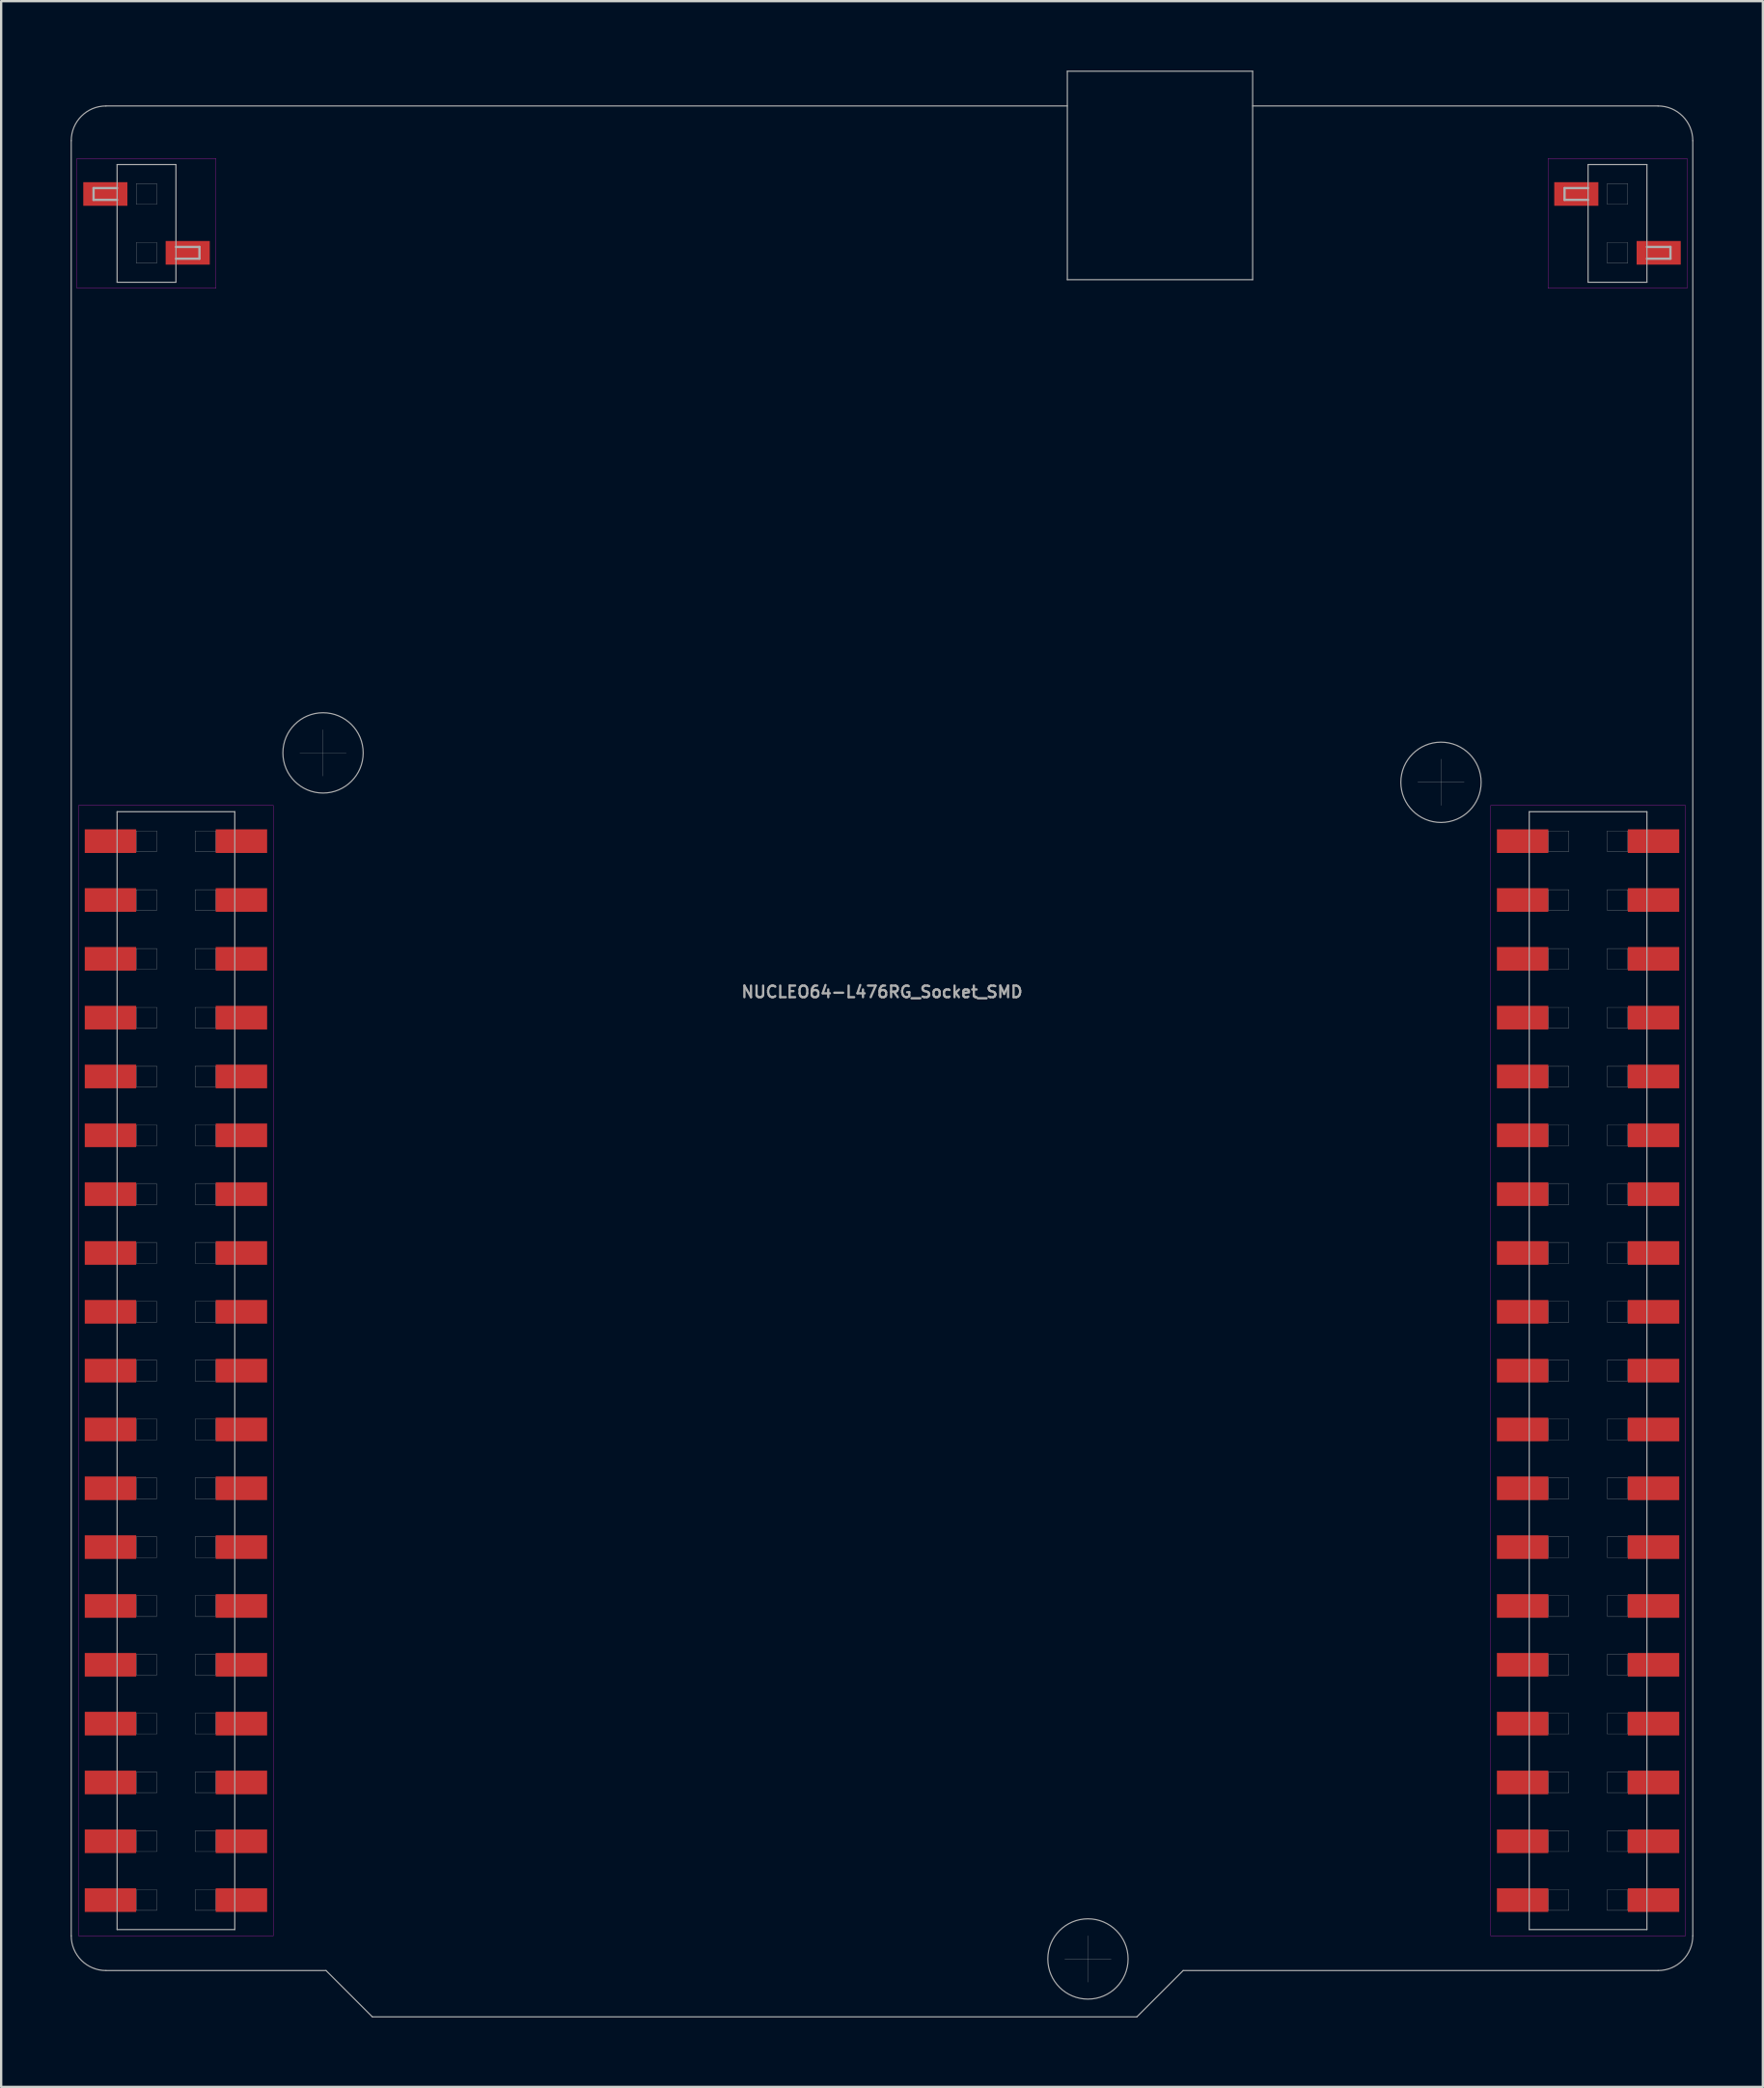
<source format=kicad_pcb>
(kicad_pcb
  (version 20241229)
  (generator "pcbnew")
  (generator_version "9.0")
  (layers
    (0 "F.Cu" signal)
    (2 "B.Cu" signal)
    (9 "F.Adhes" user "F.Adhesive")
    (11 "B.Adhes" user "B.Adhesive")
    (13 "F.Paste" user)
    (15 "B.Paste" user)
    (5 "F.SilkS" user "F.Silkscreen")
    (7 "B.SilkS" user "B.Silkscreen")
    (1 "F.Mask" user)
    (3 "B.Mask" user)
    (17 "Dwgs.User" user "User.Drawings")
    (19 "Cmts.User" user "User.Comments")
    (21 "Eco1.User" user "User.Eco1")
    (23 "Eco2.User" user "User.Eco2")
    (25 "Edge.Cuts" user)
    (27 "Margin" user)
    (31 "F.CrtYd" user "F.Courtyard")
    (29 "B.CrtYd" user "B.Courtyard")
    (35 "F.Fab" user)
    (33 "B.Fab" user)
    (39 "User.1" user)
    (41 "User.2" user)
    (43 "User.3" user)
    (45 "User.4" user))
  (footprint "NUCLEO64-L476RG_Socket_SMD"
    (layer "F.Cu")
    (at 35.025 42.775)
    (property "Reference" "NUCLEO64-L476RG_Socket_SMD" (at 0 -3 0) (layer "F.Fab") (effects (font (size 0.5 0.5) (thickness 0.1))))
    (attr through_hole)
    (fp_poly (pts (xy -32.525 -38.011) (xy -32.525 -36.889) (xy -34.532 -36.889) (xy -34.532 -38.011)) (stroke (width 0.01) (type solid)) (fill yes) (layer "F.Mask"))
    (fp_poly (pts (xy -32.145 -10.071) (xy -32.145 -8.949) (xy -34.467 -8.949) (xy -34.467 -10.071)) (stroke (width 0.01) (type solid)) (fill yes) (layer "F.Mask"))
    (fp_poly (pts (xy -32.145 -7.531) (xy -32.145 -6.409) (xy -34.467 -6.409) (xy -34.467 -7.531)) (stroke (width 0.01) (type solid)) (fill yes) (layer "F.Mask"))
    (fp_poly (pts (xy -32.145 -4.991) (xy -32.145 -3.869) (xy -34.467 -3.869) (xy -34.467 -4.991)) (stroke (width 0.01) (type solid)) (fill yes) (layer "F.Mask"))
    (fp_poly (pts (xy -32.145 -2.451) (xy -32.145 -1.329) (xy -34.467 -1.329) (xy -34.467 -2.451)) (stroke (width 0.01) (type solid)) (fill yes) (layer "F.Mask"))
    (fp_poly (pts (xy -32.145 0.089) (xy -32.145 1.211) (xy -34.467 1.211) (xy -34.467 0.089)) (stroke (width 0.01) (type solid)) (fill yes) (layer "F.Mask"))
    (fp_poly (pts (xy -32.145 2.629) (xy -32.145 3.751) (xy -34.467 3.751) (xy -34.467 2.629)) (stroke (width 0.01) (type solid)) (fill yes) (layer "F.Mask"))
    (fp_poly (pts (xy -32.145 5.169) (xy -32.145 6.291) (xy -34.467 6.291) (xy -34.467 5.169)) (stroke (width 0.01) (type solid)) (fill yes) (layer "F.Mask"))
    (fp_poly (pts (xy -32.145 7.709) (xy -32.145 8.831) (xy -34.467 8.831) (xy -34.467 7.709)) (stroke (width 0.01) (type solid)) (fill yes) (layer "F.Mask"))
    (fp_poly (pts (xy -32.145 10.249) (xy -32.145 11.371) (xy -34.467 11.371) (xy -34.467 10.249)) (stroke (width 0.01) (type solid)) (fill yes) (layer "F.Mask"))
    (fp_poly (pts (xy -32.145 12.789) (xy -32.145 13.911) (xy -34.467 13.911) (xy -34.467 12.789)) (stroke (width 0.01) (type solid)) (fill yes) (layer "F.Mask"))
    (fp_poly (pts (xy -32.145 15.329) (xy -32.145 16.451) (xy -34.467 16.451) (xy -34.467 15.329)) (stroke (width 0.01) (type solid)) (fill yes) (layer "F.Mask"))
    (fp_poly (pts (xy -32.145 17.869) (xy -32.145 18.991) (xy -34.467 18.991) (xy -34.467 17.869)) (stroke (width 0.01) (type solid)) (fill yes) (layer "F.Mask"))
    (fp_poly (pts (xy -32.145 20.409) (xy -32.145 21.531) (xy -34.467 21.531) (xy -34.467 20.409)) (stroke (width 0.01) (type solid)) (fill yes) (layer "F.Mask"))
    (fp_poly (pts (xy -32.145 22.949) (xy -32.145 24.071) (xy -34.467 24.071) (xy -34.467 22.949)) (stroke (width 0.01) (type solid)) (fill yes) (layer "F.Mask"))
    (fp_poly (pts (xy -32.145 25.489) (xy -32.145 26.611) (xy -34.467 26.611) (xy -34.467 25.489)) (stroke (width 0.01) (type solid)) (fill yes) (layer "F.Mask"))
    (fp_poly (pts (xy -32.145 28.029) (xy -32.145 29.151) (xy -34.467 29.151) (xy -34.467 28.029)) (stroke (width 0.01) (type solid)) (fill yes) (layer "F.Mask"))
    (fp_poly (pts (xy -32.145 30.569) (xy -32.145 31.691) (xy -34.467 31.691) (xy -34.467 30.569)) (stroke (width 0.01) (type solid)) (fill yes) (layer "F.Mask"))
    (fp_poly (pts (xy -32.145 33.109) (xy -32.145 34.231) (xy -34.467 34.231) (xy -34.467 33.109)) (stroke (width 0.01) (type solid)) (fill yes) (layer "F.Mask"))
    (fp_poly (pts (xy -32.145 35.649) (xy -32.145 36.771) (xy -34.467 36.771) (xy -34.467 35.649)) (stroke (width 0.01) (type solid)) (fill yes) (layer "F.Mask"))
    (fp_poly (pts (xy -28.969 -35.471) (xy -28.969 -34.349) (xy -30.976 -34.349) (xy -30.976 -35.471)) (stroke (width 0.01) (type solid)) (fill yes) (layer "F.Mask"))
    (fp_poly (pts (xy -26.493 -10.071) (xy -26.493 -8.949) (xy -28.815 -8.949) (xy -28.815 -10.071)) (stroke (width 0.01) (type solid)) (fill yes) (layer "F.Mask"))
    (fp_poly (pts (xy -26.493 -7.531) (xy -26.493 -6.409) (xy -28.815 -6.409) (xy -28.815 -7.531)) (stroke (width 0.01) (type solid)) (fill yes) (layer "F.Mask"))
    (fp_poly (pts (xy -26.493 -4.991) (xy -26.493 -3.869) (xy -28.815 -3.869) (xy -28.815 -4.991)) (stroke (width 0.01) (type solid)) (fill yes) (layer "F.Mask"))
    (fp_poly (pts (xy -26.493 -2.451) (xy -26.493 -1.329) (xy -28.815 -1.329) (xy -28.815 -2.451)) (stroke (width 0.01) (type solid)) (fill yes) (layer "F.Mask"))
    (fp_poly (pts (xy -26.493 0.089) (xy -26.493 1.211) (xy -28.815 1.211) (xy -28.815 0.089)) (stroke (width 0.01) (type solid)) (fill yes) (layer "F.Mask"))
    (fp_poly (pts (xy -26.493 2.629) (xy -26.493 3.751) (xy -28.815 3.751) (xy -28.815 2.629)) (stroke (width 0.01) (type solid)) (fill yes) (layer "F.Mask"))
    (fp_poly (pts (xy -26.493 5.169) (xy -26.493 6.291) (xy -28.815 6.291) (xy -28.815 5.169)) (stroke (width 0.01) (type solid)) (fill yes) (layer "F.Mask"))
    (fp_poly (pts (xy -26.493 7.709) (xy -26.493 8.831) (xy -28.815 8.831) (xy -28.815 7.709)) (stroke (width 0.01) (type solid)) (fill yes) (layer "F.Mask"))
    (fp_poly (pts (xy -26.493 10.249) (xy -26.493 11.371) (xy -28.815 11.371) (xy -28.815 10.249)) (stroke (width 0.01) (type solid)) (fill yes) (layer "F.Mask"))
    (fp_poly (pts (xy -26.493 12.789) (xy -26.493 13.911) (xy -28.815 13.911) (xy -28.815 12.789)) (stroke (width 0.01) (type solid)) (fill yes) (layer "F.Mask"))
    (fp_poly (pts (xy -26.493 15.329) (xy -26.493 16.451) (xy -28.815 16.451) (xy -28.815 15.329)) (stroke (width 0.01) (type solid)) (fill yes) (layer "F.Mask"))
    (fp_poly (pts (xy -26.493 17.869) (xy -26.493 18.991) (xy -28.815 18.991) (xy -28.815 17.869)) (stroke (width 0.01) (type solid)) (fill yes) (layer "F.Mask"))
    (fp_poly (pts (xy -26.493 20.409) (xy -26.493 21.531) (xy -28.815 21.531) (xy -28.815 20.409)) (stroke (width 0.01) (type solid)) (fill yes) (layer "F.Mask"))
    (fp_poly (pts (xy -26.493 22.949) (xy -26.493 24.071) (xy -28.815 24.071) (xy -28.815 22.949)) (stroke (width 0.01) (type solid)) (fill yes) (layer "F.Mask"))
    (fp_poly (pts (xy -26.493 25.489) (xy -26.493 26.611) (xy -28.815 26.611) (xy -28.815 25.489)) (stroke (width 0.01) (type solid)) (fill yes) (layer "F.Mask"))
    (fp_poly (pts (xy -26.493 28.029) (xy -26.493 29.151) (xy -28.815 29.151) (xy -28.815 28.029)) (stroke (width 0.01) (type solid)) (fill yes) (layer "F.Mask"))
    (fp_poly (pts (xy -26.493 30.569) (xy -26.493 31.691) (xy -28.815 31.691) (xy -28.815 30.569)) (stroke (width 0.01) (type solid)) (fill yes) (layer "F.Mask"))
    (fp_poly (pts (xy -26.493 33.109) (xy -26.493 34.231) (xy -28.815 34.231) (xy -28.815 33.109)) (stroke (width 0.01) (type solid)) (fill yes) (layer "F.Mask"))
    (fp_poly (pts (xy -26.493 35.649) (xy -26.493 36.771) (xy -28.815 36.771) (xy -28.815 35.649)) (stroke (width 0.01) (type solid)) (fill yes) (layer "F.Mask"))
    (fp_poly (pts (xy 28.815 -10.071) (xy 28.815 -8.949) (xy 26.493 -8.949) (xy 26.493 -10.071)) (stroke (width 0.01) (type solid)) (fill yes) (layer "F.Mask"))
    (fp_poly (pts (xy 28.815 -7.531) (xy 28.815 -6.409) (xy 26.493 -6.409) (xy 26.493 -7.531)) (stroke (width 0.01) (type solid)) (fill yes) (layer "F.Mask"))
    (fp_poly (pts (xy 28.815 -4.991) (xy 28.815 -3.869) (xy 26.493 -3.869) (xy 26.493 -4.991)) (stroke (width 0.01) (type solid)) (fill yes) (layer "F.Mask"))
    (fp_poly (pts (xy 28.815 -2.451) (xy 28.815 -1.329) (xy 26.493 -1.329) (xy 26.493 -2.451)) (stroke (width 0.01) (type solid)) (fill yes) (layer "F.Mask"))
    (fp_poly (pts (xy 28.815 0.089) (xy 28.815 1.211) (xy 26.493 1.211) (xy 26.493 0.089)) (stroke (width 0.01) (type solid)) (fill yes) (layer "F.Mask"))
    (fp_poly (pts (xy 28.815 2.629) (xy 28.815 3.751) (xy 26.493 3.751) (xy 26.493 2.629)) (stroke (width 0.01) (type solid)) (fill yes) (layer "F.Mask"))
    (fp_poly (pts (xy 28.815 5.169) (xy 28.815 6.291) (xy 26.493 6.291) (xy 26.493 5.169)) (stroke (width 0.01) (type solid)) (fill yes) (layer "F.Mask"))
    (fp_poly (pts (xy 28.815 7.709) (xy 28.815 8.831) (xy 26.493 8.831) (xy 26.493 7.709)) (stroke (width 0.01) (type solid)) (fill yes) (layer "F.Mask"))
    (fp_poly (pts (xy 28.815 10.249) (xy 28.815 11.371) (xy 26.493 11.371) (xy 26.493 10.249)) (stroke (width 0.01) (type solid)) (fill yes) (layer "F.Mask"))
    (fp_poly (pts (xy 28.815 12.789) (xy 28.815 13.911) (xy 26.493 13.911) (xy 26.493 12.789)) (stroke (width 0.01) (type solid)) (fill yes) (layer "F.Mask"))
    (fp_poly (pts (xy 28.815 15.329) (xy 28.815 16.451) (xy 26.493 16.451) (xy 26.493 15.329)) (stroke (width 0.01) (type solid)) (fill yes) (layer "F.Mask"))
    (fp_poly (pts (xy 28.815 17.869) (xy 28.815 18.991) (xy 26.493 18.991) (xy 26.493 17.869)) (stroke (width 0.01) (type solid)) (fill yes) (layer "F.Mask"))
    (fp_poly (pts (xy 28.815 20.409) (xy 28.815 21.531) (xy 26.493 21.531) (xy 26.493 20.409)) (stroke (width 0.01) (type solid)) (fill yes) (layer "F.Mask"))
    (fp_poly (pts (xy 28.815 22.949) (xy 28.815 24.071) (xy 26.493 24.071) (xy 26.493 22.949)) (stroke (width 0.01) (type solid)) (fill yes) (layer "F.Mask"))
    (fp_poly (pts (xy 28.815 25.489) (xy 28.815 26.611) (xy 26.493 26.611) (xy 26.493 25.489)) (stroke (width 0.01) (type solid)) (fill yes) (layer "F.Mask"))
    (fp_poly (pts (xy 28.815 28.029) (xy 28.815 29.151) (xy 26.493 29.151) (xy 26.493 28.029)) (stroke (width 0.01) (type solid)) (fill yes) (layer "F.Mask"))
    (fp_poly (pts (xy 28.815 30.569) (xy 28.815 31.691) (xy 26.493 31.691) (xy 26.493 30.569)) (stroke (width 0.01) (type solid)) (fill yes) (layer "F.Mask"))
    (fp_poly (pts (xy 28.815 33.109) (xy 28.815 34.231) (xy 26.493 34.231) (xy 26.493 33.109)) (stroke (width 0.01) (type solid)) (fill yes) (layer "F.Mask"))
    (fp_poly (pts (xy 28.815 35.649) (xy 28.815 36.771) (xy 26.493 36.771) (xy 26.493 35.649)) (stroke (width 0.01) (type solid)) (fill yes) (layer "F.Mask"))
    (fp_poly (pts (xy 30.975 -38.011) (xy 30.975 -36.889) (xy 28.968 -36.889) (xy 28.968 -38.011)) (stroke (width 0.01) (type solid)) (fill yes) (layer "F.Mask"))
    (fp_poly (pts (xy 34.467 -10.071) (xy 34.467 -8.949) (xy 32.145 -8.949) (xy 32.145 -10.071)) (stroke (width 0.01) (type solid)) (fill yes) (layer "F.Mask"))
    (fp_poly (pts (xy 34.467 -7.531) (xy 34.467 -6.409) (xy 32.145 -6.409) (xy 32.145 -7.531)) (stroke (width 0.01) (type solid)) (fill yes) (layer "F.Mask"))
    (fp_poly (pts (xy 34.467 -4.991) (xy 34.467 -3.869) (xy 32.145 -3.869) (xy 32.145 -4.991)) (stroke (width 0.01) (type solid)) (fill yes) (layer "F.Mask"))
    (fp_poly (pts (xy 34.467 -2.451) (xy 34.467 -1.329) (xy 32.145 -1.329) (xy 32.145 -2.451)) (stroke (width 0.01) (type solid)) (fill yes) (layer "F.Mask"))
    (fp_poly (pts (xy 34.467 0.089) (xy 34.467 1.211) (xy 32.145 1.211) (xy 32.145 0.089)) (stroke (width 0.01) (type solid)) (fill yes) (layer "F.Mask"))
    (fp_poly (pts (xy 34.467 2.629) (xy 34.467 3.751) (xy 32.145 3.751) (xy 32.145 2.629)) (stroke (width 0.01) (type solid)) (fill yes) (layer "F.Mask"))
    (fp_poly (pts (xy 34.467 5.169) (xy 34.467 6.291) (xy 32.145 6.291) (xy 32.145 5.169)) (stroke (width 0.01) (type solid)) (fill yes) (layer "F.Mask"))
    (fp_poly (pts (xy 34.467 7.709) (xy 34.467 8.831) (xy 32.145 8.831) (xy 32.145 7.709)) (stroke (width 0.01) (type solid)) (fill yes) (layer "F.Mask"))
    (fp_poly (pts (xy 34.467 10.249) (xy 34.467 11.371) (xy 32.145 11.371) (xy 32.145 10.249)) (stroke (width 0.01) (type solid)) (fill yes) (layer "F.Mask"))
    (fp_poly (pts (xy 34.467 12.789) (xy 34.467 13.911) (xy 32.145 13.911) (xy 32.145 12.789)) (stroke (width 0.01) (type solid)) (fill yes) (layer "F.Mask"))
    (fp_poly (pts (xy 34.467 15.329) (xy 34.467 16.451) (xy 32.145 16.451) (xy 32.145 15.329)) (stroke (width 0.01) (type solid)) (fill yes) (layer "F.Mask"))
    (fp_poly (pts (xy 34.467 17.869) (xy 34.467 18.991) (xy 32.145 18.991) (xy 32.145 17.869)) (stroke (width 0.01) (type solid)) (fill yes) (layer "F.Mask"))
    (fp_poly (pts (xy 34.467 20.409) (xy 34.467 21.531) (xy 32.145 21.531) (xy 32.145 20.409)) (stroke (width 0.01) (type solid)) (fill yes) (layer "F.Mask"))
    (fp_poly (pts (xy 34.467 22.949) (xy 34.467 24.071) (xy 32.145 24.071) (xy 32.145 22.949)) (stroke (width 0.01) (type solid)) (fill yes) (layer "F.Mask"))
    (fp_poly (pts (xy 34.467 25.489) (xy 34.467 26.611) (xy 32.145 26.611) (xy 32.145 25.489)) (stroke (width 0.01) (type solid)) (fill yes) (layer "F.Mask"))
    (fp_poly (pts (xy 34.467 28.029) (xy 34.467 29.151) (xy 32.145 29.151) (xy 32.145 28.029)) (stroke (width 0.01) (type solid)) (fill yes) (layer "F.Mask"))
    (fp_poly (pts (xy 34.467 30.569) (xy 34.467 31.691) (xy 32.145 31.691) (xy 32.145 30.569)) (stroke (width 0.01) (type solid)) (fill yes) (layer "F.Mask"))
    (fp_poly (pts (xy 34.467 33.109) (xy 34.467 34.231) (xy 32.145 34.231) (xy 32.145 33.109)) (stroke (width 0.01) (type solid)) (fill yes) (layer "F.Mask"))
    (fp_poly (pts (xy 34.467 35.649) (xy 34.467 36.771) (xy 32.145 36.771) (xy 32.145 35.649)) (stroke (width 0.01) (type solid)) (fill yes) (layer "F.Mask"))
    (fp_poly (pts (xy 34.531 -35.471) (xy 34.531 -34.349) (xy 32.524 -34.349) (xy 32.524 -35.471)) (stroke (width 0.01) (type solid)) (fill yes) (layer "F.Mask"))
    (fp_poly (pts (xy -32.576 -37.96) (xy -32.576 -36.94) (xy -34.481 -36.94) (xy -34.481 -37.96)) (stroke (width 0.01) (type solid)) (fill yes) (layer "F.Paste"))
    (fp_poly (pts (xy -32.196 -10.02) (xy -32.196 -9) (xy -34.416 -9) (xy -34.416 -10.02)) (stroke (width 0.01) (type solid)) (fill yes) (layer "F.Paste"))
    (fp_poly (pts (xy -32.196 -7.48) (xy -32.196 -6.46) (xy -34.416 -6.46) (xy -34.416 -7.48)) (stroke (width 0.01) (type solid)) (fill yes) (layer "F.Paste"))
    (fp_poly (pts (xy -32.196 -4.94) (xy -32.196 -3.92) (xy -34.416 -3.92) (xy -34.416 -4.94)) (stroke (width 0.01) (type solid)) (fill yes) (layer "F.Paste"))
    (fp_poly (pts (xy -32.196 -2.4) (xy -32.196 -1.38) (xy -34.416 -1.38) (xy -34.416 -2.4)) (stroke (width 0.01) (type solid)) (fill yes) (layer "F.Paste"))
    (fp_poly (pts (xy -32.196 0.14) (xy -32.196 1.16) (xy -34.416 1.16) (xy -34.416 0.14)) (stroke (width 0.01) (type solid)) (fill yes) (layer "F.Paste"))
    (fp_poly (pts (xy -32.196 2.68) (xy -32.196 3.7) (xy -34.416 3.7) (xy -34.416 2.68)) (stroke (width 0.01) (type solid)) (fill yes) (layer "F.Paste"))
    (fp_poly (pts (xy -32.196 5.22) (xy -32.196 6.24) (xy -34.416 6.24) (xy -34.416 5.22)) (stroke (width 0.01) (type solid)) (fill yes) (layer "F.Paste"))
    (fp_poly (pts (xy -32.196 7.76) (xy -32.196 8.78) (xy -34.416 8.78) (xy -34.416 7.76)) (stroke (width 0.01) (type solid)) (fill yes) (layer "F.Paste"))
    (fp_poly (pts (xy -32.196 10.3) (xy -32.196 11.32) (xy -34.416 11.32) (xy -34.416 10.3)) (stroke (width 0.01) (type solid)) (fill yes) (layer "F.Paste"))
    (fp_poly (pts (xy -32.196 12.84) (xy -32.196 13.86) (xy -34.416 13.86) (xy -34.416 12.84)) (stroke (width 0.01) (type solid)) (fill yes) (layer "F.Paste"))
    (fp_poly (pts (xy -32.196 15.38) (xy -32.196 16.4) (xy -34.416 16.4) (xy -34.416 15.38)) (stroke (width 0.01) (type solid)) (fill yes) (layer "F.Paste"))
    (fp_poly (pts (xy -32.196 17.92) (xy -32.196 18.94) (xy -34.416 18.94) (xy -34.416 17.92)) (stroke (width 0.01) (type solid)) (fill yes) (layer "F.Paste"))
    (fp_poly (pts (xy -32.196 20.46) (xy -32.196 21.48) (xy -34.416 21.48) (xy -34.416 20.46)) (stroke (width 0.01) (type solid)) (fill yes) (layer "F.Paste"))
    (fp_poly (pts (xy -32.196 23) (xy -32.196 24.02) (xy -34.416 24.02) (xy -34.416 23)) (stroke (width 0.01) (type solid)) (fill yes) (layer "F.Paste"))
    (fp_poly (pts (xy -32.196 25.54) (xy -32.196 26.56) (xy -34.416 26.56) (xy -34.416 25.54)) (stroke (width 0.01) (type solid)) (fill yes) (layer "F.Paste"))
    (fp_poly (pts (xy -32.196 28.08) (xy -32.196 29.1) (xy -34.416 29.1) (xy -34.416 28.08)) (stroke (width 0.01) (type solid)) (fill yes) (layer "F.Paste"))
    (fp_poly (pts (xy -32.196 30.62) (xy -32.196 31.64) (xy -34.416 31.64) (xy -34.416 30.62)) (stroke (width 0.01) (type solid)) (fill yes) (layer "F.Paste"))
    (fp_poly (pts (xy -32.196 33.16) (xy -32.196 34.18) (xy -34.416 34.18) (xy -34.416 33.16)) (stroke (width 0.01) (type solid)) (fill yes) (layer "F.Paste"))
    (fp_poly (pts (xy -32.196 35.7) (xy -32.196 36.72) (xy -34.416 36.72) (xy -34.416 35.7)) (stroke (width 0.01) (type solid)) (fill yes) (layer "F.Paste"))
    (fp_poly (pts (xy -29.02 -35.42) (xy -29.02 -34.4) (xy -30.925 -34.4) (xy -30.925 -35.42)) (stroke (width 0.01) (type solid)) (fill yes) (layer "F.Paste"))
    (fp_poly (pts (xy -26.544 -10.02) (xy -26.544 -9) (xy -28.764 -9) (xy -28.764 -10.02)) (stroke (width 0.01) (type solid)) (fill yes) (layer "F.Paste"))
    (fp_poly (pts (xy -26.544 -7.48) (xy -26.544 -6.46) (xy -28.764 -6.46) (xy -28.764 -7.48)) (stroke (width 0.01) (type solid)) (fill yes) (layer "F.Paste"))
    (fp_poly (pts (xy -26.544 -4.94) (xy -26.544 -3.92) (xy -28.764 -3.92) (xy -28.764 -4.94)) (stroke (width 0.01) (type solid)) (fill yes) (layer "F.Paste"))
    (fp_poly (pts (xy -26.544 -2.4) (xy -26.544 -1.38) (xy -28.764 -1.38) (xy -28.764 -2.4)) (stroke (width 0.01) (type solid)) (fill yes) (layer "F.Paste"))
    (fp_poly (pts (xy -26.544 0.14) (xy -26.544 1.16) (xy -28.764 1.16) (xy -28.764 0.14)) (stroke (width 0.01) (type solid)) (fill yes) (layer "F.Paste"))
    (fp_poly (pts (xy -26.544 2.68) (xy -26.544 3.7) (xy -28.764 3.7) (xy -28.764 2.68)) (stroke (width 0.01) (type solid)) (fill yes) (layer "F.Paste"))
    (fp_poly (pts (xy -26.544 5.22) (xy -26.544 6.24) (xy -28.764 6.24) (xy -28.764 5.22)) (stroke (width 0.01) (type solid)) (fill yes) (layer "F.Paste"))
    (fp_poly (pts (xy -26.544 7.76) (xy -26.544 8.78) (xy -28.764 8.78) (xy -28.764 7.76)) (stroke (width 0.01) (type solid)) (fill yes) (layer "F.Paste"))
    (fp_poly (pts (xy -26.544 10.3) (xy -26.544 11.32) (xy -28.764 11.32) (xy -28.764 10.3)) (stroke (width 0.01) (type solid)) (fill yes) (layer "F.Paste"))
    (fp_poly (pts (xy -26.544 12.84) (xy -26.544 13.86) (xy -28.764 13.86) (xy -28.764 12.84)) (stroke (width 0.01) (type solid)) (fill yes) (layer "F.Paste"))
    (fp_poly (pts (xy -26.544 15.38) (xy -26.544 16.4) (xy -28.764 16.4) (xy -28.764 15.38)) (stroke (width 0.01) (type solid)) (fill yes) (layer "F.Paste"))
    (fp_poly (pts (xy -26.544 17.92) (xy -26.544 18.94) (xy -28.764 18.94) (xy -28.764 17.92)) (stroke (width 0.01) (type solid)) (fill yes) (layer "F.Paste"))
    (fp_poly (pts (xy -26.544 20.46) (xy -26.544 21.48) (xy -28.764 21.48) (xy -28.764 20.46)) (stroke (width 0.01) (type solid)) (fill yes) (layer "F.Paste"))
    (fp_poly (pts (xy -26.544 23) (xy -26.544 24.02) (xy -28.764 24.02) (xy -28.764 23)) (stroke (width 0.01) (type solid)) (fill yes) (layer "F.Paste"))
    (fp_poly (pts (xy -26.544 25.54) (xy -26.544 26.56) (xy -28.764 26.56) (xy -28.764 25.54)) (stroke (width 0.01) (type solid)) (fill yes) (layer "F.Paste"))
    (fp_poly (pts (xy -26.544 28.08) (xy -26.544 29.1) (xy -28.764 29.1) (xy -28.764 28.08)) (stroke (width 0.01) (type solid)) (fill yes) (layer "F.Paste"))
    (fp_poly (pts (xy -26.544 30.62) (xy -26.544 31.64) (xy -28.764 31.64) (xy -28.764 30.62)) (stroke (width 0.01) (type solid)) (fill yes) (layer "F.Paste"))
    (fp_poly (pts (xy -26.544 33.16) (xy -26.544 34.18) (xy -28.764 34.18) (xy -28.764 33.16)) (stroke (width 0.01) (type solid)) (fill yes) (layer "F.Paste"))
    (fp_poly (pts (xy -26.544 35.7) (xy -26.544 36.72) (xy -28.764 36.72) (xy -28.764 35.7)) (stroke (width 0.01) (type solid)) (fill yes) (layer "F.Paste"))
    (fp_poly (pts (xy 28.764 -10.02) (xy 28.764 -9) (xy 26.544 -9) (xy 26.544 -10.02)) (stroke (width 0.01) (type solid)) (fill yes) (layer "F.Paste"))
    (fp_poly (pts (xy 28.764 -7.48) (xy 28.764 -6.46) (xy 26.544 -6.46) (xy 26.544 -7.48)) (stroke (width 0.01) (type solid)) (fill yes) (layer "F.Paste"))
    (fp_poly (pts (xy 28.764 -4.94) (xy 28.764 -3.92) (xy 26.544 -3.92) (xy 26.544 -4.94)) (stroke (width 0.01) (type solid)) (fill yes) (layer "F.Paste"))
    (fp_poly (pts (xy 28.764 -2.4) (xy 28.764 -1.38) (xy 26.544 -1.38) (xy 26.544 -2.4)) (stroke (width 0.01) (type solid)) (fill yes) (layer "F.Paste"))
    (fp_poly (pts (xy 28.764 0.14) (xy 28.764 1.16) (xy 26.544 1.16) (xy 26.544 0.14)) (stroke (width 0.01) (type solid)) (fill yes) (layer "F.Paste"))
    (fp_poly (pts (xy 28.764 2.68) (xy 28.764 3.7) (xy 26.544 3.7) (xy 26.544 2.68)) (stroke (width 0.01) (type solid)) (fill yes) (layer "F.Paste"))
    (fp_poly (pts (xy 28.764 5.22) (xy 28.764 6.24) (xy 26.544 6.24) (xy 26.544 5.22)) (stroke (width 0.01) (type solid)) (fill yes) (layer "F.Paste"))
    (fp_poly (pts (xy 28.764 7.76) (xy 28.764 8.78) (xy 26.544 8.78) (xy 26.544 7.76)) (stroke (width 0.01) (type solid)) (fill yes) (layer "F.Paste"))
    (fp_poly (pts (xy 28.764 10.3) (xy 28.764 11.32) (xy 26.544 11.32) (xy 26.544 10.3)) (stroke (width 0.01) (type solid)) (fill yes) (layer "F.Paste"))
    (fp_poly (pts (xy 28.764 12.84) (xy 28.764 13.86) (xy 26.544 13.86) (xy 26.544 12.84)) (stroke (width 0.01) (type solid)) (fill yes) (layer "F.Paste"))
    (fp_poly (pts (xy 28.764 15.38) (xy 28.764 16.4) (xy 26.544 16.4) (xy 26.544 15.38)) (stroke (width 0.01) (type solid)) (fill yes) (layer "F.Paste"))
    (fp_poly (pts (xy 28.764 17.92) (xy 28.764 18.94) (xy 26.544 18.94) (xy 26.544 17.92)) (stroke (width 0.01) (type solid)) (fill yes) (layer "F.Paste"))
    (fp_poly (pts (xy 28.764 20.46) (xy 28.764 21.48) (xy 26.544 21.48) (xy 26.544 20.46)) (stroke (width 0.01) (type solid)) (fill yes) (layer "F.Paste"))
    (fp_poly (pts (xy 28.764 23) (xy 28.764 24.02) (xy 26.544 24.02) (xy 26.544 23)) (stroke (width 0.01) (type solid)) (fill yes) (layer "F.Paste"))
    (fp_poly (pts (xy 28.764 25.54) (xy 28.764 26.56) (xy 26.544 26.56) (xy 26.544 25.54)) (stroke (width 0.01) (type solid)) (fill yes) (layer "F.Paste"))
    (fp_poly (pts (xy 28.764 28.08) (xy 28.764 29.1) (xy 26.544 29.1) (xy 26.544 28.08)) (stroke (width 0.01) (type solid)) (fill yes) (layer "F.Paste"))
    (fp_poly (pts (xy 28.764 30.62) (xy 28.764 31.64) (xy 26.544 31.64) (xy 26.544 30.62)) (stroke (width 0.01) (type solid)) (fill yes) (layer "F.Paste"))
    (fp_poly (pts (xy 28.764 33.16) (xy 28.764 34.18) (xy 26.544 34.18) (xy 26.544 33.16)) (stroke (width 0.01) (type solid)) (fill yes) (layer "F.Paste"))
    (fp_poly (pts (xy 28.764 35.7) (xy 28.764 36.72) (xy 26.544 36.72) (xy 26.544 35.7)) (stroke (width 0.01) (type solid)) (fill yes) (layer "F.Paste"))
    (fp_poly (pts (xy 30.924 -37.96) (xy 30.924 -36.94) (xy 29.019 -36.94) (xy 29.019 -37.96)) (stroke (width 0.01) (type solid)) (fill yes) (layer "F.Paste"))
    (fp_poly (pts (xy 34.416 -10.02) (xy 34.416 -9) (xy 32.196 -9) (xy 32.196 -10.02)) (stroke (width 0.01) (type solid)) (fill yes) (layer "F.Paste"))
    (fp_poly (pts (xy 34.416 -7.48) (xy 34.416 -6.46) (xy 32.196 -6.46) (xy 32.196 -7.48)) (stroke (width 0.01) (type solid)) (fill yes) (layer "F.Paste"))
    (fp_poly (pts (xy 34.416 -4.94) (xy 34.416 -3.92) (xy 32.196 -3.92) (xy 32.196 -4.94)) (stroke (width 0.01) (type solid)) (fill yes) (layer "F.Paste"))
    (fp_poly (pts (xy 34.416 -2.4) (xy 34.416 -1.38) (xy 32.196 -1.38) (xy 32.196 -2.4)) (stroke (width 0.01) (type solid)) (fill yes) (layer "F.Paste"))
    (fp_poly (pts (xy 34.416 0.14) (xy 34.416 1.16) (xy 32.196 1.16) (xy 32.196 0.14)) (stroke (width 0.01) (type solid)) (fill yes) (layer "F.Paste"))
    (fp_poly (pts (xy 34.416 2.68) (xy 34.416 3.7) (xy 32.196 3.7) (xy 32.196 2.68)) (stroke (width 0.01) (type solid)) (fill yes) (layer "F.Paste"))
    (fp_poly (pts (xy 34.416 5.22) (xy 34.416 6.24) (xy 32.196 6.24) (xy 32.196 5.22)) (stroke (width 0.01) (type solid)) (fill yes) (layer "F.Paste"))
    (fp_poly (pts (xy 34.416 7.76) (xy 34.416 8.78) (xy 32.196 8.78) (xy 32.196 7.76)) (stroke (width 0.01) (type solid)) (fill yes) (layer "F.Paste"))
    (fp_poly (pts (xy 34.416 10.3) (xy 34.416 11.32) (xy 32.196 11.32) (xy 32.196 10.3)) (stroke (width 0.01) (type solid)) (fill yes) (layer "F.Paste"))
    (fp_poly (pts (xy 34.416 12.84) (xy 34.416 13.86) (xy 32.196 13.86) (xy 32.196 12.84)) (stroke (width 0.01) (type solid)) (fill yes) (layer "F.Paste"))
    (fp_poly (pts (xy 34.416 15.38) (xy 34.416 16.4) (xy 32.196 16.4) (xy 32.196 15.38)) (stroke (width 0.01) (type solid)) (fill yes) (layer "F.Paste"))
    (fp_poly (pts (xy 34.416 17.92) (xy 34.416 18.94) (xy 32.196 18.94) (xy 32.196 17.92)) (stroke (width 0.01) (type solid)) (fill yes) (layer "F.Paste"))
    (fp_poly (pts (xy 34.416 20.46) (xy 34.416 21.48) (xy 32.196 21.48) (xy 32.196 20.46)) (stroke (width 0.01) (type solid)) (fill yes) (layer "F.Paste"))
    (fp_poly (pts (xy 34.416 23) (xy 34.416 24.02) (xy 32.196 24.02) (xy 32.196 23)) (stroke (width 0.01) (type solid)) (fill yes) (layer "F.Paste"))
    (fp_poly (pts (xy 34.416 25.54) (xy 34.416 26.56) (xy 32.196 26.56) (xy 32.196 25.54)) (stroke (width 0.01) (type solid)) (fill yes) (layer "F.Paste"))
    (fp_poly (pts (xy 34.416 28.08) (xy 34.416 29.1) (xy 32.196 29.1) (xy 32.196 28.08)) (stroke (width 0.01) (type solid)) (fill yes) (layer "F.Paste"))
    (fp_poly (pts (xy 34.416 30.62) (xy 34.416 31.64) (xy 32.196 31.64) (xy 32.196 30.62)) (stroke (width 0.01) (type solid)) (fill yes) (layer "F.Paste"))
    (fp_poly (pts (xy 34.416 33.16) (xy 34.416 34.18) (xy 32.196 34.18) (xy 32.196 33.16)) (stroke (width 0.01) (type solid)) (fill yes) (layer "F.Paste"))
    (fp_poly (pts (xy 34.416 35.7) (xy 34.416 36.72) (xy 32.196 36.72) (xy 32.196 35.7)) (stroke (width 0.01) (type solid)) (fill yes) (layer "F.Paste"))
    (fp_poly (pts (xy 34.48 -35.42) (xy 34.48 -34.4) (xy 32.575 -34.4) (xy 32.575 -35.42)) (stroke (width 0.01) (type solid)) (fill yes) (layer "F.Paste"))
    (fp_line (start -34.75 -38.98) (end -34.75 -33.38) (stroke (width 0.01) (type solid)) (layer "F.CrtYd"))
    (fp_line (start -34.75 -33.38) (end -28.75 -33.38) (stroke (width 0.01) (type solid)) (layer "F.CrtYd"))
    (fp_line (start -34.68 -11.05) (end -34.68 37.75) (stroke (width 0.01) (type solid)) (layer "F.CrtYd"))
    (fp_line (start -34.68 37.75) (end -26.28 37.75) (stroke (width 0.01) (type solid)) (layer "F.CrtYd"))
    (fp_line (start -28.75 -38.98) (end -34.75 -38.98) (stroke (width 0.01) (type solid)) (layer "F.CrtYd"))
    (fp_line (start -28.75 -33.38) (end -28.75 -38.98) (stroke (width 0.01) (type solid)) (layer "F.CrtYd"))
    (fp_line (start -26.28 -11.05) (end -34.68 -11.05) (stroke (width 0.01) (type solid)) (layer "F.CrtYd"))
    (fp_line (start -26.28 37.75) (end -26.28 -11.05) (stroke (width 0.01) (type solid)) (layer "F.CrtYd"))
    (fp_line (start 26.28 -11.05) (end 26.28 37.75) (stroke (width 0.01) (type solid)) (layer "F.CrtYd"))
    (fp_line (start 26.28 37.75) (end 34.68 37.75) (stroke (width 0.01) (type solid)) (layer "F.CrtYd"))
    (fp_line (start 28.75 -38.98) (end 28.75 -33.38) (stroke (width 0.01) (type solid)) (layer "F.CrtYd"))
    (fp_line (start 28.75 -33.38) (end 34.75 -33.38) (stroke (width 0.01) (type solid)) (layer "F.CrtYd"))
    (fp_line (start 34.68 -11.05) (end 26.28 -11.05) (stroke (width 0.01) (type solid)) (layer "F.CrtYd"))
    (fp_line (start 34.68 37.75) (end 34.68 -11.05) (stroke (width 0.01) (type solid)) (layer "F.CrtYd"))
    (fp_line (start 34.75 -38.98) (end 28.75 -38.98) (stroke (width 0.01) (type solid)) (layer "F.CrtYd"))
    (fp_line (start 34.75 -33.38) (end 34.75 -38.98) (stroke (width 0.01) (type solid)) (layer "F.CrtYd"))
    (fp_line (start -35 37.75) (end -35 -39.75) (stroke (width 0.05) (type solid)) (layer "F.Fab"))
    (fp_line (start -34.036 -37.704) (end -34.036 -37.196) (stroke (width 0.1) (type solid)) (layer "F.Fab"))
    (fp_line (start -34.036 -37.196) (end -33.02 -37.196) (stroke (width 0.1) (type solid)) (layer "F.Fab"))
    (fp_line (start -33.5 -41.25) (end 8 -41.25) (stroke (width 0.05) (type solid)) (layer "F.Fab"))
    (fp_line (start -33.02 -38.72) (end -30.48 -38.72) (stroke (width 0.05) (type solid)) (layer "F.Fab"))
    (fp_line (start -33.02 -37.704) (end -34.036 -37.704) (stroke (width 0.1) (type solid)) (layer "F.Fab"))
    (fp_line (start -33.02 -33.64) (end -33.02 -38.72) (stroke (width 0.05) (type solid)) (layer "F.Fab"))
    (fp_line (start -33.02 -10.78) (end -33.02 37.48) (stroke (width 0.05) (type solid)) (layer "F.Fab"))
    (fp_line (start -33.02 37.48) (end -27.94 37.48) (stroke (width 0.05) (type solid)) (layer "F.Fab"))
    (fp_line (start -32.194 -37.894) (end -32.194 -37.006) (stroke (width 0.01) (type solid)) (layer "F.Fab"))
    (fp_line (start -32.194 -37.006) (end -31.306 -37.006) (stroke (width 0.01) (type solid)) (layer "F.Fab"))
    (fp_line (start -32.194 -35.354) (end -32.194 -34.466) (stroke (width 0.01) (type solid)) (layer "F.Fab"))
    (fp_line (start -32.194 -34.466) (end -31.306 -34.466) (stroke (width 0.01) (type solid)) (layer "F.Fab"))
    (fp_line (start -32.194 -9.954) (end -32.194 -9.066) (stroke (width 0.01) (type solid)) (layer "F.Fab"))
    (fp_line (start -32.194 -9.066) (end -31.306 -9.066) (stroke (width 0.01) (type solid)) (layer "F.Fab"))
    (fp_line (start -32.194 -7.414) (end -32.194 -6.526) (stroke (width 0.01) (type solid)) (layer "F.Fab"))
    (fp_line (start -32.194 -6.526) (end -31.306 -6.526) (stroke (width 0.01) (type solid)) (layer "F.Fab"))
    (fp_line (start -32.194 -4.874) (end -32.194 -3.986) (stroke (width 0.01) (type solid)) (layer "F.Fab"))
    (fp_line (start -32.194 -3.986) (end -31.306 -3.986) (stroke (width 0.01) (type solid)) (layer "F.Fab"))
    (fp_line (start -32.194 -2.334) (end -32.194 -1.446) (stroke (width 0.01) (type solid)) (layer "F.Fab"))
    (fp_line (start -32.194 -1.446) (end -31.306 -1.446) (stroke (width 0.01) (type solid)) (layer "F.Fab"))
    (fp_line (start -32.194 0.206) (end -32.194 1.094) (stroke (width 0.01) (type solid)) (layer "F.Fab"))
    (fp_line (start -32.194 1.094) (end -31.306 1.094) (stroke (width 0.01) (type solid)) (layer "F.Fab"))
    (fp_line (start -32.194 2.746) (end -32.194 3.634) (stroke (width 0.01) (type solid)) (layer "F.Fab"))
    (fp_line (start -32.194 3.634) (end -31.306 3.634) (stroke (width 0.01) (type solid)) (layer "F.Fab"))
    (fp_line (start -32.194 5.286) (end -32.194 6.174) (stroke (width 0.01) (type solid)) (layer "F.Fab"))
    (fp_line (start -32.194 6.174) (end -31.306 6.174) (stroke (width 0.01) (type solid)) (layer "F.Fab"))
    (fp_line (start -32.194 7.826) (end -32.194 8.714) (stroke (width 0.01) (type solid)) (layer "F.Fab"))
    (fp_line (start -32.194 8.714) (end -31.306 8.714) (stroke (width 0.01) (type solid)) (layer "F.Fab"))
    (fp_line (start -32.194 10.366) (end -32.194 11.254) (stroke (width 0.01) (type solid)) (layer "F.Fab"))
    (fp_line (start -32.194 11.254) (end -31.306 11.254) (stroke (width 0.01) (type solid)) (layer "F.Fab"))
    (fp_line (start -32.194 12.906) (end -32.194 13.794) (stroke (width 0.01) (type solid)) (layer "F.Fab"))
    (fp_line (start -32.194 13.794) (end -31.306 13.794) (stroke (width 0.01) (type solid)) (layer "F.Fab"))
    (fp_line (start -32.194 15.446) (end -32.194 16.334) (stroke (width 0.01) (type solid)) (layer "F.Fab"))
    (fp_line (start -32.194 16.334) (end -31.306 16.334) (stroke (width 0.01) (type solid)) (layer "F.Fab"))
    (fp_line (start -32.194 17.986) (end -32.194 18.874) (stroke (width 0.01) (type solid)) (layer "F.Fab"))
    (fp_line (start -32.194 18.874) (end -31.306 18.874) (stroke (width 0.01) (type solid)) (layer "F.Fab"))
    (fp_line (start -32.194 20.526) (end -32.194 21.414) (stroke (width 0.01) (type solid)) (layer "F.Fab"))
    (fp_line (start -32.194 21.414) (end -31.306 21.414) (stroke (width 0.01) (type solid)) (layer "F.Fab"))
    (fp_line (start -32.194 23.066) (end -32.194 23.954) (stroke (width 0.01) (type solid)) (layer "F.Fab"))
    (fp_line (start -32.194 23.954) (end -31.306 23.954) (stroke (width 0.01) (type solid)) (layer "F.Fab"))
    (fp_line (start -32.194 25.606) (end -32.194 26.494) (stroke (width 0.01) (type solid)) (layer "F.Fab"))
    (fp_line (start -32.194 26.494) (end -31.306 26.494) (stroke (width 0.01) (type solid)) (layer "F.Fab"))
    (fp_line (start -32.194 28.146) (end -32.194 29.034) (stroke (width 0.01) (type solid)) (layer "F.Fab"))
    (fp_line (start -32.194 29.034) (end -31.306 29.034) (stroke (width 0.01) (type solid)) (layer "F.Fab"))
    (fp_line (start -32.194 30.686) (end -32.194 31.574) (stroke (width 0.01) (type solid)) (layer "F.Fab"))
    (fp_line (start -32.194 31.574) (end -31.306 31.574) (stroke (width 0.01) (type solid)) (layer "F.Fab"))
    (fp_line (start -32.194 33.226) (end -32.194 34.114) (stroke (width 0.01) (type solid)) (layer "F.Fab"))
    (fp_line (start -32.194 34.114) (end -31.306 34.114) (stroke (width 0.01) (type solid)) (layer "F.Fab"))
    (fp_line (start -32.194 35.766) (end -32.194 36.654) (stroke (width 0.01) (type solid)) (layer "F.Fab"))
    (fp_line (start -32.194 36.654) (end -31.306 36.654) (stroke (width 0.01) (type solid)) (layer "F.Fab"))
    (fp_line (start -31.306 -37.894) (end -32.194 -37.894) (stroke (width 0.01) (type solid)) (layer "F.Fab"))
    (fp_line (start -31.306 -37.006) (end -31.306 -37.894) (stroke (width 0.01) (type solid)) (layer "F.Fab"))
    (fp_line (start -31.306 -35.354) (end -32.194 -35.354) (stroke (width 0.01) (type solid)) (layer "F.Fab"))
    (fp_line (start -31.306 -34.466) (end -31.306 -35.354) (stroke (width 0.01) (type solid)) (layer "F.Fab"))
    (fp_line (start -31.306 -9.954) (end -32.194 -9.954) (stroke (width 0.01) (type solid)) (layer "F.Fab"))
    (fp_line (start -31.306 -9.066) (end -31.306 -9.954) (stroke (width 0.01) (type solid)) (layer "F.Fab"))
    (fp_line (start -31.306 -7.414) (end -32.194 -7.414) (stroke (width 0.01) (type solid)) (layer "F.Fab"))
    (fp_line (start -31.306 -6.526) (end -31.306 -7.414) (stroke (width 0.01) (type solid)) (layer "F.Fab"))
    (fp_line (start -31.306 -4.874) (end -32.194 -4.874) (stroke (width 0.01) (type solid)) (layer "F.Fab"))
    (fp_line (start -31.306 -3.986) (end -31.306 -4.874) (stroke (width 0.01) (type solid)) (layer "F.Fab"))
    (fp_line (start -31.306 -2.334) (end -32.194 -2.334) (stroke (width 0.01) (type solid)) (layer "F.Fab"))
    (fp_line (start -31.306 -1.446) (end -31.306 -2.334) (stroke (width 0.01) (type solid)) (layer "F.Fab"))
    (fp_line (start -31.306 0.206) (end -32.194 0.206) (stroke (width 0.01) (type solid)) (layer "F.Fab"))
    (fp_line (start -31.306 1.094) (end -31.306 0.206) (stroke (width 0.01) (type solid)) (layer "F.Fab"))
    (fp_line (start -31.306 2.746) (end -32.194 2.746) (stroke (width 0.01) (type solid)) (layer "F.Fab"))
    (fp_line (start -31.306 3.634) (end -31.306 2.746) (stroke (width 0.01) (type solid)) (layer "F.Fab"))
    (fp_line (start -31.306 5.286) (end -32.194 5.286) (stroke (width 0.01) (type solid)) (layer "F.Fab"))
    (fp_line (start -31.306 6.174) (end -31.306 5.286) (stroke (width 0.01) (type solid)) (layer "F.Fab"))
    (fp_line (start -31.306 7.826) (end -32.194 7.826) (stroke (width 0.01) (type solid)) (layer "F.Fab"))
    (fp_line (start -31.306 8.714) (end -31.306 7.826) (stroke (width 0.01) (type solid)) (layer "F.Fab"))
    (fp_line (start -31.306 10.366) (end -32.194 10.366) (stroke (width 0.01) (type solid)) (layer "F.Fab"))
    (fp_line (start -31.306 11.254) (end -31.306 10.366) (stroke (width 0.01) (type solid)) (layer "F.Fab"))
    (fp_line (start -31.306 12.906) (end -32.194 12.906) (stroke (width 0.01) (type solid)) (layer "F.Fab"))
    (fp_line (start -31.306 13.794) (end -31.306 12.906) (stroke (width 0.01) (type solid)) (layer "F.Fab"))
    (fp_line (start -31.306 15.446) (end -32.194 15.446) (stroke (width 0.01) (type solid)) (layer "F.Fab"))
    (fp_line (start -31.306 16.334) (end -31.306 15.446) (stroke (width 0.01) (type solid)) (layer "F.Fab"))
    (fp_line (start -31.306 17.986) (end -32.194 17.986) (stroke (width 0.01) (type solid)) (layer "F.Fab"))
    (fp_line (start -31.306 18.874) (end -31.306 17.986) (stroke (width 0.01) (type solid)) (layer "F.Fab"))
    (fp_line (start -31.306 20.526) (end -32.194 20.526) (stroke (width 0.01) (type solid)) (layer "F.Fab"))
    (fp_line (start -31.306 21.414) (end -31.306 20.526) (stroke (width 0.01) (type solid)) (layer "F.Fab"))
    (fp_line (start -31.306 23.066) (end -32.194 23.066) (stroke (width 0.01) (type solid)) (layer "F.Fab"))
    (fp_line (start -31.306 23.954) (end -31.306 23.066) (stroke (width 0.01) (type solid)) (layer "F.Fab"))
    (fp_line (start -31.306 25.606) (end -32.194 25.606) (stroke (width 0.01) (type solid)) (layer "F.Fab"))
    (fp_line (start -31.306 26.494) (end -31.306 25.606) (stroke (width 0.01) (type solid)) (layer "F.Fab"))
    (fp_line (start -31.306 28.146) (end -32.194 28.146) (stroke (width 0.01) (type solid)) (layer "F.Fab"))
    (fp_line (start -31.306 29.034) (end -31.306 28.146) (stroke (width 0.01) (type solid)) (layer "F.Fab"))
    (fp_line (start -31.306 30.686) (end -32.194 30.686) (stroke (width 0.01) (type solid)) (layer "F.Fab"))
    (fp_line (start -31.306 31.574) (end -31.306 30.686) (stroke (width 0.01) (type solid)) (layer "F.Fab"))
    (fp_line (start -31.306 33.226) (end -32.194 33.226) (stroke (width 0.01) (type solid)) (layer "F.Fab"))
    (fp_line (start -31.306 34.114) (end -31.306 33.226) (stroke (width 0.01) (type solid)) (layer "F.Fab"))
    (fp_line (start -31.306 35.766) (end -32.194 35.766) (stroke (width 0.01) (type solid)) (layer "F.Fab"))
    (fp_line (start -31.306 36.654) (end -31.306 35.766) (stroke (width 0.01) (type solid)) (layer "F.Fab"))
    (fp_line (start -30.48 -38.72) (end -30.48 -33.64) (stroke (width 0.05) (type solid)) (layer "F.Fab"))
    (fp_line (start -30.48 -34.656) (end -29.464 -34.656) (stroke (width 0.1) (type solid)) (layer "F.Fab"))
    (fp_line (start -30.48 -33.64) (end -33.02 -33.64) (stroke (width 0.05) (type solid)) (layer "F.Fab"))
    (fp_line (start -29.654 -9.954) (end -29.654 -9.066) (stroke (width 0.01) (type solid)) (layer "F.Fab"))
    (fp_line (start -29.654 -9.066) (end -28.766 -9.066) (stroke (width 0.01) (type solid)) (layer "F.Fab"))
    (fp_line (start -29.654 -7.414) (end -29.654 -6.526) (stroke (width 0.01) (type solid)) (layer "F.Fab"))
    (fp_line (start -29.654 -6.526) (end -28.766 -6.526) (stroke (width 0.01) (type solid)) (layer "F.Fab"))
    (fp_line (start -29.654 -4.874) (end -29.654 -3.986) (stroke (width 0.01) (type solid)) (layer "F.Fab"))
    (fp_line (start -29.654 -3.986) (end -28.766 -3.986) (stroke (width 0.01) (type solid)) (layer "F.Fab"))
    (fp_line (start -29.654 -2.334) (end -29.654 -1.446) (stroke (width 0.01) (type solid)) (layer "F.Fab"))
    (fp_line (start -29.654 -1.446) (end -28.766 -1.446) (stroke (width 0.01) (type solid)) (layer "F.Fab"))
    (fp_line (start -29.654 0.206) (end -29.654 1.094) (stroke (width 0.01) (type solid)) (layer "F.Fab"))
    (fp_line (start -29.654 1.094) (end -28.766 1.094) (stroke (width 0.01) (type solid)) (layer "F.Fab"))
    (fp_line (start -29.654 2.746) (end -29.654 3.634) (stroke (width 0.01) (type solid)) (layer "F.Fab"))
    (fp_line (start -29.654 3.634) (end -28.766 3.634) (stroke (width 0.01) (type solid)) (layer "F.Fab"))
    (fp_line (start -29.654 5.286) (end -29.654 6.174) (stroke (width 0.01) (type solid)) (layer "F.Fab"))
    (fp_line (start -29.654 6.174) (end -28.766 6.174) (stroke (width 0.01) (type solid)) (layer "F.Fab"))
    (fp_line (start -29.654 7.826) (end -29.654 8.714) (stroke (width 0.01) (type solid)) (layer "F.Fab"))
    (fp_line (start -29.654 8.714) (end -28.766 8.714) (stroke (width 0.01) (type solid)) (layer "F.Fab"))
    (fp_line (start -29.654 10.366) (end -29.654 11.254) (stroke (width 0.01) (type solid)) (layer "F.Fab"))
    (fp_line (start -29.654 11.254) (end -28.766 11.254) (stroke (width 0.01) (type solid)) (layer "F.Fab"))
    (fp_line (start -29.654 12.906) (end -29.654 13.794) (stroke (width 0.01) (type solid)) (layer "F.Fab"))
    (fp_line (start -29.654 13.794) (end -28.766 13.794) (stroke (width 0.01) (type solid)) (layer "F.Fab"))
    (fp_line (start -29.654 15.446) (end -29.654 16.334) (stroke (width 0.01) (type solid)) (layer "F.Fab"))
    (fp_line (start -29.654 16.334) (end -28.766 16.334) (stroke (width 0.01) (type solid)) (layer "F.Fab"))
    (fp_line (start -29.654 17.986) (end -29.654 18.874) (stroke (width 0.01) (type solid)) (layer "F.Fab"))
    (fp_line (start -29.654 18.874) (end -28.766 18.874) (stroke (width 0.01) (type solid)) (layer "F.Fab"))
    (fp_line (start -29.654 20.526) (end -29.654 21.414) (stroke (width 0.01) (type solid)) (layer "F.Fab"))
    (fp_line (start -29.654 21.414) (end -28.766 21.414) (stroke (width 0.01) (type solid)) (layer "F.Fab"))
    (fp_line (start -29.654 23.066) (end -29.654 23.954) (stroke (width 0.01) (type solid)) (layer "F.Fab"))
    (fp_line (start -29.654 23.954) (end -28.766 23.954) (stroke (width 0.01) (type solid)) (layer "F.Fab"))
    (fp_line (start -29.654 25.606) (end -29.654 26.494) (stroke (width 0.01) (type solid)) (layer "F.Fab"))
    (fp_line (start -29.654 26.494) (end -28.766 26.494) (stroke (width 0.01) (type solid)) (layer "F.Fab"))
    (fp_line (start -29.654 28.146) (end -29.654 29.034) (stroke (width 0.01) (type solid)) (layer "F.Fab"))
    (fp_line (start -29.654 29.034) (end -28.766 29.034) (stroke (width 0.01) (type solid)) (layer "F.Fab"))
    (fp_line (start -29.654 30.686) (end -29.654 31.574) (stroke (width 0.01) (type solid)) (layer "F.Fab"))
    (fp_line (start -29.654 31.574) (end -28.766 31.574) (stroke (width 0.01) (type solid)) (layer "F.Fab"))
    (fp_line (start -29.654 33.226) (end -29.654 34.114) (stroke (width 0.01) (type solid)) (layer "F.Fab"))
    (fp_line (start -29.654 34.114) (end -28.766 34.114) (stroke (width 0.01) (type solid)) (layer "F.Fab"))
    (fp_line (start -29.654 35.766) (end -29.654 36.654) (stroke (width 0.01) (type solid)) (layer "F.Fab"))
    (fp_line (start -29.654 36.654) (end -28.766 36.654) (stroke (width 0.01) (type solid)) (layer "F.Fab"))
    (fp_line (start -29.464 -35.164) (end -30.48 -35.164) (stroke (width 0.1) (type solid)) (layer "F.Fab"))
    (fp_line (start -29.464 -34.656) (end -29.464 -35.164) (stroke (width 0.1) (type solid)) (layer "F.Fab"))
    (fp_line (start -28.766 -9.954) (end -29.654 -9.954) (stroke (width 0.01) (type solid)) (layer "F.Fab"))
    (fp_line (start -28.766 -9.066) (end -28.766 -9.954) (stroke (width 0.01) (type solid)) (layer "F.Fab"))
    (fp_line (start -28.766 -7.414) (end -29.654 -7.414) (stroke (width 0.01) (type solid)) (layer "F.Fab"))
    (fp_line (start -28.766 -6.526) (end -28.766 -7.414) (stroke (width 0.01) (type solid)) (layer "F.Fab"))
    (fp_line (start -28.766 -4.874) (end -29.654 -4.874) (stroke (width 0.01) (type solid)) (layer "F.Fab"))
    (fp_line (start -28.766 -3.986) (end -28.766 -4.874) (stroke (width 0.01) (type solid)) (layer "F.Fab"))
    (fp_line (start -28.766 -2.334) (end -29.654 -2.334) (stroke (width 0.01) (type solid)) (layer "F.Fab"))
    (fp_line (start -28.766 -1.446) (end -28.766 -2.334) (stroke (width 0.01) (type solid)) (layer "F.Fab"))
    (fp_line (start -28.766 0.206) (end -29.654 0.206) (stroke (width 0.01) (type solid)) (layer "F.Fab"))
    (fp_line (start -28.766 1.094) (end -28.766 0.206) (stroke (width 0.01) (type solid)) (layer "F.Fab"))
    (fp_line (start -28.766 2.746) (end -29.654 2.746) (stroke (width 0.01) (type solid)) (layer "F.Fab"))
    (fp_line (start -28.766 3.634) (end -28.766 2.746) (stroke (width 0.01) (type solid)) (layer "F.Fab"))
    (fp_line (start -28.766 5.286) (end -29.654 5.286) (stroke (width 0.01) (type solid)) (layer "F.Fab"))
    (fp_line (start -28.766 6.174) (end -28.766 5.286) (stroke (width 0.01) (type solid)) (layer "F.Fab"))
    (fp_line (start -28.766 7.826) (end -29.654 7.826) (stroke (width 0.01) (type solid)) (layer "F.Fab"))
    (fp_line (start -28.766 8.714) (end -28.766 7.826) (stroke (width 0.01) (type solid)) (layer "F.Fab"))
    (fp_line (start -28.766 10.366) (end -29.654 10.366) (stroke (width 0.01) (type solid)) (layer "F.Fab"))
    (fp_line (start -28.766 11.254) (end -28.766 10.366) (stroke (width 0.01) (type solid)) (layer "F.Fab"))
    (fp_line (start -28.766 12.906) (end -29.654 12.906) (stroke (width 0.01) (type solid)) (layer "F.Fab"))
    (fp_line (start -28.766 13.794) (end -28.766 12.906) (stroke (width 0.01) (type solid)) (layer "F.Fab"))
    (fp_line (start -28.766 15.446) (end -29.654 15.446) (stroke (width 0.01) (type solid)) (layer "F.Fab"))
    (fp_line (start -28.766 16.334) (end -28.766 15.446) (stroke (width 0.01) (type solid)) (layer "F.Fab"))
    (fp_line (start -28.766 17.986) (end -29.654 17.986) (stroke (width 0.01) (type solid)) (layer "F.Fab"))
    (fp_line (start -28.766 18.874) (end -28.766 17.986) (stroke (width 0.01) (type solid)) (layer "F.Fab"))
    (fp_line (start -28.766 20.526) (end -29.654 20.526) (stroke (width 0.01) (type solid)) (layer "F.Fab"))
    (fp_line (start -28.766 21.414) (end -28.766 20.526) (stroke (width 0.01) (type solid)) (layer "F.Fab"))
    (fp_line (start -28.766 23.066) (end -29.654 23.066) (stroke (width 0.01) (type solid)) (layer "F.Fab"))
    (fp_line (start -28.766 23.954) (end -28.766 23.066) (stroke (width 0.01) (type solid)) (layer "F.Fab"))
    (fp_line (start -28.766 25.606) (end -29.654 25.606) (stroke (width 0.01) (type solid)) (layer "F.Fab"))
    (fp_line (start -28.766 26.494) (end -28.766 25.606) (stroke (width 0.01) (type solid)) (layer "F.Fab"))
    (fp_line (start -28.766 28.146) (end -29.654 28.146) (stroke (width 0.01) (type solid)) (layer "F.Fab"))
    (fp_line (start -28.766 29.034) (end -28.766 28.146) (stroke (width 0.01) (type solid)) (layer "F.Fab"))
    (fp_line (start -28.766 30.686) (end -29.654 30.686) (stroke (width 0.01) (type solid)) (layer "F.Fab"))
    (fp_line (start -28.766 31.574) (end -28.766 30.686) (stroke (width 0.01) (type solid)) (layer "F.Fab"))
    (fp_line (start -28.766 33.226) (end -29.654 33.226) (stroke (width 0.01) (type solid)) (layer "F.Fab"))
    (fp_line (start -28.766 34.114) (end -28.766 33.226) (stroke (width 0.01) (type solid)) (layer "F.Fab"))
    (fp_line (start -28.766 35.766) (end -29.654 35.766) (stroke (width 0.01) (type solid)) (layer "F.Fab"))
    (fp_line (start -28.766 36.654) (end -28.766 35.766) (stroke (width 0.01) (type solid)) (layer "F.Fab"))
    (fp_line (start -27.94 -10.78) (end -33.02 -10.78) (stroke (width 0.05) (type solid)) (layer "F.Fab"))
    (fp_line (start -27.94 37.48) (end -27.94 -10.78) (stroke (width 0.05) (type solid)) (layer "F.Fab"))
    (fp_line (start -24.13 -12.32) (end -24.13 -14.32) (stroke (width 0.01) (type solid)) (layer "F.Fab"))
    (fp_line (start -24 39.25) (end -33.5 39.25) (stroke (width 0.05) (type solid)) (layer "F.Fab"))
    (fp_line (start -23.13 -13.32) (end -25.13 -13.32) (stroke (width 0.01) (type solid)) (layer "F.Fab"))
    (fp_line (start -22 41.25) (end -24 39.25) (stroke (width 0.05) (type solid)) (layer "F.Fab"))
    (fp_line (start 8 -42.75) (end 16 -42.75) (stroke (width 0.05) (type solid)) (layer "F.Fab"))
    (fp_line (start 8 -33.75) (end 8 -42.75) (stroke (width 0.05) (type solid)) (layer "F.Fab"))
    (fp_line (start 8.89 39.75) (end 8.89 37.75) (stroke (width 0.01) (type solid)) (layer "F.Fab"))
    (fp_line (start 9.89 38.75) (end 7.89 38.75) (stroke (width 0.01) (type solid)) (layer "F.Fab"))
    (fp_line (start 11 41.25) (end -22 41.25) (stroke (width 0.05) (type solid)) (layer "F.Fab"))
    (fp_line (start 13 39.25) (end 11 41.25) (stroke (width 0.05) (type solid)) (layer "F.Fab"))
    (fp_line (start 16 -42.75) (end 16 -33.75) (stroke (width 0.05) (type solid)) (layer "F.Fab"))
    (fp_line (start 16 -41.25) (end 33.5 -41.25) (stroke (width 0.05) (type solid)) (layer "F.Fab"))
    (fp_line (start 16 -33.75) (end 8 -33.75) (stroke (width 0.05) (type solid)) (layer "F.Fab"))
    (fp_line (start 24.13 -11.05) (end 24.13 -13.05) (stroke (width 0.01) (type solid)) (layer "F.Fab"))
    (fp_line (start 25.13 -12.05) (end 23.13 -12.05) (stroke (width 0.01) (type solid)) (layer "F.Fab"))
    (fp_line (start 27.94 -10.78) (end 27.94 37.48) (stroke (width 0.05) (type solid)) (layer "F.Fab"))
    (fp_line (start 27.94 37.48) (end 33.02 37.48) (stroke (width 0.05) (type solid)) (layer "F.Fab"))
    (fp_line (start 28.766 -9.954) (end 28.766 -9.066) (stroke (width 0.01) (type solid)) (layer "F.Fab"))
    (fp_line (start 28.766 -9.066) (end 29.654 -9.066) (stroke (width 0.01) (type solid)) (layer "F.Fab"))
    (fp_line (start 28.766 -7.414) (end 28.766 -6.526) (stroke (width 0.01) (type solid)) (layer "F.Fab"))
    (fp_line (start 28.766 -6.526) (end 29.654 -6.526) (stroke (width 0.01) (type solid)) (layer "F.Fab"))
    (fp_line (start 28.766 -4.874) (end 28.766 -3.986) (stroke (width 0.01) (type solid)) (layer "F.Fab"))
    (fp_line (start 28.766 -3.986) (end 29.654 -3.986) (stroke (width 0.01) (type solid)) (layer "F.Fab"))
    (fp_line (start 28.766 -2.334) (end 28.766 -1.446) (stroke (width 0.01) (type solid)) (layer "F.Fab"))
    (fp_line (start 28.766 -1.446) (end 29.654 -1.446) (stroke (width 0.01) (type solid)) (layer "F.Fab"))
    (fp_line (start 28.766 0.206) (end 28.766 1.094) (stroke (width 0.01) (type solid)) (layer "F.Fab"))
    (fp_line (start 28.766 1.094) (end 29.654 1.094) (stroke (width 0.01) (type solid)) (layer "F.Fab"))
    (fp_line (start 28.766 2.746) (end 28.766 3.634) (stroke (width 0.01) (type solid)) (layer "F.Fab"))
    (fp_line (start 28.766 3.634) (end 29.654 3.634) (stroke (width 0.01) (type solid)) (layer "F.Fab"))
    (fp_line (start 28.766 5.286) (end 28.766 6.174) (stroke (width 0.01) (type solid)) (layer "F.Fab"))
    (fp_line (start 28.766 6.174) (end 29.654 6.174) (stroke (width 0.01) (type solid)) (layer "F.Fab"))
    (fp_line (start 28.766 7.826) (end 28.766 8.714) (stroke (width 0.01) (type solid)) (layer "F.Fab"))
    (fp_line (start 28.766 8.714) (end 29.654 8.714) (stroke (width 0.01) (type solid)) (layer "F.Fab"))
    (fp_line (start 28.766 10.366) (end 28.766 11.254) (stroke (width 0.01) (type solid)) (layer "F.Fab"))
    (fp_line (start 28.766 11.254) (end 29.654 11.254) (stroke (width 0.01) (type solid)) (layer "F.Fab"))
    (fp_line (start 28.766 12.906) (end 28.766 13.794) (stroke (width 0.01) (type solid)) (layer "F.Fab"))
    (fp_line (start 28.766 13.794) (end 29.654 13.794) (stroke (width 0.01) (type solid)) (layer "F.Fab"))
    (fp_line (start 28.766 15.446) (end 28.766 16.334) (stroke (width 0.01) (type solid)) (layer "F.Fab"))
    (fp_line (start 28.766 16.334) (end 29.654 16.334) (stroke (width 0.01) (type solid)) (layer "F.Fab"))
    (fp_line (start 28.766 17.986) (end 28.766 18.874) (stroke (width 0.01) (type solid)) (layer "F.Fab"))
    (fp_line (start 28.766 18.874) (end 29.654 18.874) (stroke (width 0.01) (type solid)) (layer "F.Fab"))
    (fp_line (start 28.766 20.526) (end 28.766 21.414) (stroke (width 0.01) (type solid)) (layer "F.Fab"))
    (fp_line (start 28.766 21.414) (end 29.654 21.414) (stroke (width 0.01) (type solid)) (layer "F.Fab"))
    (fp_line (start 28.766 23.066) (end 28.766 23.954) (stroke (width 0.01) (type solid)) (layer "F.Fab"))
    (fp_line (start 28.766 23.954) (end 29.654 23.954) (stroke (width 0.01) (type solid)) (layer "F.Fab"))
    (fp_line (start 28.766 25.606) (end 28.766 26.494) (stroke (width 0.01) (type solid)) (layer "F.Fab"))
    (fp_line (start 28.766 26.494) (end 29.654 26.494) (stroke (width 0.01) (type solid)) (layer "F.Fab"))
    (fp_line (start 28.766 28.146) (end 28.766 29.034) (stroke (width 0.01) (type solid)) (layer "F.Fab"))
    (fp_line (start 28.766 29.034) (end 29.654 29.034) (stroke (width 0.01) (type solid)) (layer "F.Fab"))
    (fp_line (start 28.766 30.686) (end 28.766 31.574) (stroke (width 0.01) (type solid)) (layer "F.Fab"))
    (fp_line (start 28.766 31.574) (end 29.654 31.574) (stroke (width 0.01) (type solid)) (layer "F.Fab"))
    (fp_line (start 28.766 33.226) (end 28.766 34.114) (stroke (width 0.01) (type solid)) (layer "F.Fab"))
    (fp_line (start 28.766 34.114) (end 29.654 34.114) (stroke (width 0.01) (type solid)) (layer "F.Fab"))
    (fp_line (start 28.766 35.766) (end 28.766 36.654) (stroke (width 0.01) (type solid)) (layer "F.Fab"))
    (fp_line (start 28.766 36.654) (end 29.654 36.654) (stroke (width 0.01) (type solid)) (layer "F.Fab"))
    (fp_line (start 29.464 -37.704) (end 29.464 -37.196) (stroke (width 0.1) (type solid)) (layer "F.Fab"))
    (fp_line (start 29.464 -37.196) (end 30.48 -37.196) (stroke (width 0.1) (type solid)) (layer "F.Fab"))
    (fp_line (start 29.654 -9.954) (end 28.766 -9.954) (stroke (width 0.01) (type solid)) (layer "F.Fab"))
    (fp_line (start 29.654 -9.066) (end 29.654 -9.954) (stroke (width 0.01) (type solid)) (layer "F.Fab"))
    (fp_line (start 29.654 -7.414) (end 28.766 -7.414) (stroke (width 0.01) (type solid)) (layer "F.Fab"))
    (fp_line (start 29.654 -6.526) (end 29.654 -7.414) (stroke (width 0.01) (type solid)) (layer "F.Fab"))
    (fp_line (start 29.654 -4.874) (end 28.766 -4.874) (stroke (width 0.01) (type solid)) (layer "F.Fab"))
    (fp_line (start 29.654 -3.986) (end 29.654 -4.874) (stroke (width 0.01) (type solid)) (layer "F.Fab"))
    (fp_line (start 29.654 -2.334) (end 28.766 -2.334) (stroke (width 0.01) (type solid)) (layer "F.Fab"))
    (fp_line (start 29.654 -1.446) (end 29.654 -2.334) (stroke (width 0.01) (type solid)) (layer "F.Fab"))
    (fp_line (start 29.654 0.206) (end 28.766 0.206) (stroke (width 0.01) (type solid)) (layer "F.Fab"))
    (fp_line (start 29.654 1.094) (end 29.654 0.206) (stroke (width 0.01) (type solid)) (layer "F.Fab"))
    (fp_line (start 29.654 2.746) (end 28.766 2.746) (stroke (width 0.01) (type solid)) (layer "F.Fab"))
    (fp_line (start 29.654 3.634) (end 29.654 2.746) (stroke (width 0.01) (type solid)) (layer "F.Fab"))
    (fp_line (start 29.654 5.286) (end 28.766 5.286) (stroke (width 0.01) (type solid)) (layer "F.Fab"))
    (fp_line (start 29.654 6.174) (end 29.654 5.286) (stroke (width 0.01) (type solid)) (layer "F.Fab"))
    (fp_line (start 29.654 7.826) (end 28.766 7.826) (stroke (width 0.01) (type solid)) (layer "F.Fab"))
    (fp_line (start 29.654 8.714) (end 29.654 7.826) (stroke (width 0.01) (type solid)) (layer "F.Fab"))
    (fp_line (start 29.654 10.366) (end 28.766 10.366) (stroke (width 0.01) (type solid)) (layer "F.Fab"))
    (fp_line (start 29.654 11.254) (end 29.654 10.366) (stroke (width 0.01) (type solid)) (layer "F.Fab"))
    (fp_line (start 29.654 12.906) (end 28.766 12.906) (stroke (width 0.01) (type solid)) (layer "F.Fab"))
    (fp_line (start 29.654 13.794) (end 29.654 12.906) (stroke (width 0.01) (type solid)) (layer "F.Fab"))
    (fp_line (start 29.654 15.446) (end 28.766 15.446) (stroke (width 0.01) (type solid)) (layer "F.Fab"))
    (fp_line (start 29.654 16.334) (end 29.654 15.446) (stroke (width 0.01) (type solid)) (layer "F.Fab"))
    (fp_line (start 29.654 17.986) (end 28.766 17.986) (stroke (width 0.01) (type solid)) (layer "F.Fab"))
    (fp_line (start 29.654 18.874) (end 29.654 17.986) (stroke (width 0.01) (type solid)) (layer "F.Fab"))
    (fp_line (start 29.654 20.526) (end 28.766 20.526) (stroke (width 0.01) (type solid)) (layer "F.Fab"))
    (fp_line (start 29.654 21.414) (end 29.654 20.526) (stroke (width 0.01) (type solid)) (layer "F.Fab"))
    (fp_line (start 29.654 23.066) (end 28.766 23.066) (stroke (width 0.01) (type solid)) (layer "F.Fab"))
    (fp_line (start 29.654 23.954) (end 29.654 23.066) (stroke (width 0.01) (type solid)) (layer "F.Fab"))
    (fp_line (start 29.654 25.606) (end 28.766 25.606) (stroke (width 0.01) (type solid)) (layer "F.Fab"))
    (fp_line (start 29.654 26.494) (end 29.654 25.606) (stroke (width 0.01) (type solid)) (layer "F.Fab"))
    (fp_line (start 29.654 28.146) (end 28.766 28.146) (stroke (width 0.01) (type solid)) (layer "F.Fab"))
    (fp_line (start 29.654 29.034) (end 29.654 28.146) (stroke (width 0.01) (type solid)) (layer "F.Fab"))
    (fp_line (start 29.654 30.686) (end 28.766 30.686) (stroke (width 0.01) (type solid)) (layer "F.Fab"))
    (fp_line (start 29.654 31.574) (end 29.654 30.686) (stroke (width 0.01) (type solid)) (layer "F.Fab"))
    (fp_line (start 29.654 33.226) (end 28.766 33.226) (stroke (width 0.01) (type solid)) (layer "F.Fab"))
    (fp_line (start 29.654 34.114) (end 29.654 33.226) (stroke (width 0.01) (type solid)) (layer "F.Fab"))
    (fp_line (start 29.654 35.766) (end 28.766 35.766) (stroke (width 0.01) (type solid)) (layer "F.Fab"))
    (fp_line (start 29.654 36.654) (end 29.654 35.766) (stroke (width 0.01) (type solid)) (layer "F.Fab"))
    (fp_line (start 30.48 -38.72) (end 33.02 -38.72) (stroke (width 0.05) (type solid)) (layer "F.Fab"))
    (fp_line (start 30.48 -37.704) (end 29.464 -37.704) (stroke (width 0.1) (type solid)) (layer "F.Fab"))
    (fp_line (start 30.48 -33.64) (end 30.48 -38.72) (stroke (width 0.05) (type solid)) (layer "F.Fab"))
    (fp_line (start 31.306 -37.894) (end 31.306 -37.006) (stroke (width 0.01) (type solid)) (layer "F.Fab"))
    (fp_line (start 31.306 -37.006) (end 32.194 -37.006) (stroke (width 0.01) (type solid)) (layer "F.Fab"))
    (fp_line (start 31.306 -35.354) (end 31.306 -34.466) (stroke (width 0.01) (type solid)) (layer "F.Fab"))
    (fp_line (start 31.306 -34.466) (end 32.194 -34.466) (stroke (width 0.01) (type solid)) (layer "F.Fab"))
    (fp_line (start 31.306 -9.954) (end 31.306 -9.066) (stroke (width 0.01) (type solid)) (layer "F.Fab"))
    (fp_line (start 31.306 -9.066) (end 32.194 -9.066) (stroke (width 0.01) (type solid)) (layer "F.Fab"))
    (fp_line (start 31.306 -7.414) (end 31.306 -6.526) (stroke (width 0.01) (type solid)) (layer "F.Fab"))
    (fp_line (start 31.306 -6.526) (end 32.194 -6.526) (stroke (width 0.01) (type solid)) (layer "F.Fab"))
    (fp_line (start 31.306 -4.874) (end 31.306 -3.986) (stroke (width 0.01) (type solid)) (layer "F.Fab"))
    (fp_line (start 31.306 -3.986) (end 32.194 -3.986) (stroke (width 0.01) (type solid)) (layer "F.Fab"))
    (fp_line (start 31.306 -2.334) (end 31.306 -1.446) (stroke (width 0.01) (type solid)) (layer "F.Fab"))
    (fp_line (start 31.306 -1.446) (end 32.194 -1.446) (stroke (width 0.01) (type solid)) (layer "F.Fab"))
    (fp_line (start 31.306 0.206) (end 31.306 1.094) (stroke (width 0.01) (type solid)) (layer "F.Fab"))
    (fp_line (start 31.306 1.094) (end 32.194 1.094) (stroke (width 0.01) (type solid)) (layer "F.Fab"))
    (fp_line (start 31.306 2.746) (end 31.306 3.634) (stroke (width 0.01) (type solid)) (layer "F.Fab"))
    (fp_line (start 31.306 3.634) (end 32.194 3.634) (stroke (width 0.01) (type solid)) (layer "F.Fab"))
    (fp_line (start 31.306 5.286) (end 31.306 6.174) (stroke (width 0.01) (type solid)) (layer "F.Fab"))
    (fp_line (start 31.306 6.174) (end 32.194 6.174) (stroke (width 0.01) (type solid)) (layer "F.Fab"))
    (fp_line (start 31.306 7.826) (end 31.306 8.714) (stroke (width 0.01) (type solid)) (layer "F.Fab"))
    (fp_line (start 31.306 8.714) (end 32.194 8.714) (stroke (width 0.01) (type solid)) (layer "F.Fab"))
    (fp_line (start 31.306 10.366) (end 31.306 11.254) (stroke (width 0.01) (type solid)) (layer "F.Fab"))
    (fp_line (start 31.306 11.254) (end 32.194 11.254) (stroke (width 0.01) (type solid)) (layer "F.Fab"))
    (fp_line (start 31.306 12.906) (end 31.306 13.794) (stroke (width 0.01) (type solid)) (layer "F.Fab"))
    (fp_line (start 31.306 13.794) (end 32.194 13.794) (stroke (width 0.01) (type solid)) (layer "F.Fab"))
    (fp_line (start 31.306 15.446) (end 31.306 16.334) (stroke (width 0.01) (type solid)) (layer "F.Fab"))
    (fp_line (start 31.306 16.334) (end 32.194 16.334) (stroke (width 0.01) (type solid)) (layer "F.Fab"))
    (fp_line (start 31.306 17.986) (end 31.306 18.874) (stroke (width 0.01) (type solid)) (layer "F.Fab"))
    (fp_line (start 31.306 18.874) (end 32.194 18.874) (stroke (width 0.01) (type solid)) (layer "F.Fab"))
    (fp_line (start 31.306 20.526) (end 31.306 21.414) (stroke (width 0.01) (type solid)) (layer "F.Fab"))
    (fp_line (start 31.306 21.414) (end 32.194 21.414) (stroke (width 0.01) (type solid)) (layer "F.Fab"))
    (fp_line (start 31.306 23.066) (end 31.306 23.954) (stroke (width 0.01) (type solid)) (layer "F.Fab"))
    (fp_line (start 31.306 23.954) (end 32.194 23.954) (stroke (width 0.01) (type solid)) (layer "F.Fab"))
    (fp_line (start 31.306 25.606) (end 31.306 26.494) (stroke (width 0.01) (type solid)) (layer "F.Fab"))
    (fp_line (start 31.306 26.494) (end 32.194 26.494) (stroke (width 0.01) (type solid)) (layer "F.Fab"))
    (fp_line (start 31.306 28.146) (end 31.306 29.034) (stroke (width 0.01) (type solid)) (layer "F.Fab"))
    (fp_line (start 31.306 29.034) (end 32.194 29.034) (stroke (width 0.01) (type solid)) (layer "F.Fab"))
    (fp_line (start 31.306 30.686) (end 31.306 31.574) (stroke (width 0.01) (type solid)) (layer "F.Fab"))
    (fp_line (start 31.306 31.574) (end 32.194 31.574) (stroke (width 0.01) (type solid)) (layer "F.Fab"))
    (fp_line (start 31.306 33.226) (end 31.306 34.114) (stroke (width 0.01) (type solid)) (layer "F.Fab"))
    (fp_line (start 31.306 34.114) (end 32.194 34.114) (stroke (width 0.01) (type solid)) (layer "F.Fab"))
    (fp_line (start 31.306 35.766) (end 31.306 36.654) (stroke (width 0.01) (type solid)) (layer "F.Fab"))
    (fp_line (start 31.306 36.654) (end 32.194 36.654) (stroke (width 0.01) (type solid)) (layer "F.Fab"))
    (fp_line (start 32.194 -37.894) (end 31.306 -37.894) (stroke (width 0.01) (type solid)) (layer "F.Fab"))
    (fp_line (start 32.194 -37.006) (end 32.194 -37.894) (stroke (width 0.01) (type solid)) (layer "F.Fab"))
    (fp_line (start 32.194 -35.354) (end 31.306 -35.354) (stroke (width 0.01) (type solid)) (layer "F.Fab"))
    (fp_line (start 32.194 -34.466) (end 32.194 -35.354) (stroke (width 0.01) (type solid)) (layer "F.Fab"))
    (fp_line (start 32.194 -9.954) (end 31.306 -9.954) (stroke (width 0.01) (type solid)) (layer "F.Fab"))
    (fp_line (start 32.194 -9.066) (end 32.194 -9.954) (stroke (width 0.01) (type solid)) (layer "F.Fab"))
    (fp_line (start 32.194 -7.414) (end 31.306 -7.414) (stroke (width 0.01) (type solid)) (layer "F.Fab"))
    (fp_line (start 32.194 -6.526) (end 32.194 -7.414) (stroke (width 0.01) (type solid)) (layer "F.Fab"))
    (fp_line (start 32.194 -4.874) (end 31.306 -4.874) (stroke (width 0.01) (type solid)) (layer "F.Fab"))
    (fp_line (start 32.194 -3.986) (end 32.194 -4.874) (stroke (width 0.01) (type solid)) (layer "F.Fab"))
    (fp_line (start 32.194 -2.334) (end 31.306 -2.334) (stroke (width 0.01) (type solid)) (layer "F.Fab"))
    (fp_line (start 32.194 -1.446) (end 32.194 -2.334) (stroke (width 0.01) (type solid)) (layer "F.Fab"))
    (fp_line (start 32.194 0.206) (end 31.306 0.206) (stroke (width 0.01) (type solid)) (layer "F.Fab"))
    (fp_line (start 32.194 1.094) (end 32.194 0.206) (stroke (width 0.01) (type solid)) (layer "F.Fab"))
    (fp_line (start 32.194 2.746) (end 31.306 2.746) (stroke (width 0.01) (type solid)) (layer "F.Fab"))
    (fp_line (start 32.194 3.634) (end 32.194 2.746) (stroke (width 0.01) (type solid)) (layer "F.Fab"))
    (fp_line (start 32.194 5.286) (end 31.306 5.286) (stroke (width 0.01) (type solid)) (layer "F.Fab"))
    (fp_line (start 32.194 6.174) (end 32.194 5.286) (stroke (width 0.01) (type solid)) (layer "F.Fab"))
    (fp_line (start 32.194 7.826) (end 31.306 7.826) (stroke (width 0.01) (type solid)) (layer "F.Fab"))
    (fp_line (start 32.194 8.714) (end 32.194 7.826) (stroke (width 0.01) (type solid)) (layer "F.Fab"))
    (fp_line (start 32.194 10.366) (end 31.306 10.366) (stroke (width 0.01) (type solid)) (layer "F.Fab"))
    (fp_line (start 32.194 11.254) (end 32.194 10.366) (stroke (width 0.01) (type solid)) (layer "F.Fab"))
    (fp_line (start 32.194 12.906) (end 31.306 12.906) (stroke (width 0.01) (type solid)) (layer "F.Fab"))
    (fp_line (start 32.194 13.794) (end 32.194 12.906) (stroke (width 0.01) (type solid)) (layer "F.Fab"))
    (fp_line (start 32.194 15.446) (end 31.306 15.446) (stroke (width 0.01) (type solid)) (layer "F.Fab"))
    (fp_line (start 32.194 16.334) (end 32.194 15.446) (stroke (width 0.01) (type solid)) (layer "F.Fab"))
    (fp_line (start 32.194 17.986) (end 31.306 17.986) (stroke (width 0.01) (type solid)) (layer "F.Fab"))
    (fp_line (start 32.194 18.874) (end 32.194 17.986) (stroke (width 0.01) (type solid)) (layer "F.Fab"))
    (fp_line (start 32.194 20.526) (end 31.306 20.526) (stroke (width 0.01) (type solid)) (layer "F.Fab"))
    (fp_line (start 32.194 21.414) (end 32.194 20.526) (stroke (width 0.01) (type solid)) (layer "F.Fab"))
    (fp_line (start 32.194 23.066) (end 31.306 23.066) (stroke (width 0.01) (type solid)) (layer "F.Fab"))
    (fp_line (start 32.194 23.954) (end 32.194 23.066) (stroke (width 0.01) (type solid)) (layer "F.Fab"))
    (fp_line (start 32.194 25.606) (end 31.306 25.606) (stroke (width 0.01) (type solid)) (layer "F.Fab"))
    (fp_line (start 32.194 26.494) (end 32.194 25.606) (stroke (width 0.01) (type solid)) (layer "F.Fab"))
    (fp_line (start 32.194 28.146) (end 31.306 28.146) (stroke (width 0.01) (type solid)) (layer "F.Fab"))
    (fp_line (start 32.194 29.034) (end 32.194 28.146) (stroke (width 0.01) (type solid)) (layer "F.Fab"))
    (fp_line (start 32.194 30.686) (end 31.306 30.686) (stroke (width 0.01) (type solid)) (layer "F.Fab"))
    (fp_line (start 32.194 31.574) (end 32.194 30.686) (stroke (width 0.01) (type solid)) (layer "F.Fab"))
    (fp_line (start 32.194 33.226) (end 31.306 33.226) (stroke (width 0.01) (type solid)) (layer "F.Fab"))
    (fp_line (start 32.194 34.114) (end 32.194 33.226) (stroke (width 0.01) (type solid)) (layer "F.Fab"))
    (fp_line (start 32.194 35.766) (end 31.306 35.766) (stroke (width 0.01) (type solid)) (layer "F.Fab"))
    (fp_line (start 32.194 36.654) (end 32.194 35.766) (stroke (width 0.01) (type solid)) (layer "F.Fab"))
    (fp_line (start 33.02 -38.72) (end 33.02 -33.64) (stroke (width 0.05) (type solid)) (layer "F.Fab"))
    (fp_line (start 33.02 -34.656) (end 34.036 -34.656) (stroke (width 0.1) (type solid)) (layer "F.Fab"))
    (fp_line (start 33.02 -33.64) (end 30.48 -33.64) (stroke (width 0.05) (type solid)) (layer "F.Fab"))
    (fp_line (start 33.02 -10.78) (end 27.94 -10.78) (stroke (width 0.05) (type solid)) (layer "F.Fab"))
    (fp_line (start 33.02 37.48) (end 33.02 -10.78) (stroke (width 0.05) (type solid)) (layer "F.Fab"))
    (fp_line (start 33.5 39.25) (end 13 39.25) (stroke (width 0.05) (type solid)) (layer "F.Fab"))
    (fp_line (start 34.036 -35.164) (end 33.02 -35.164) (stroke (width 0.1) (type solid)) (layer "F.Fab"))
    (fp_line (start 34.036 -34.656) (end 34.036 -35.164) (stroke (width 0.1) (type solid)) (layer "F.Fab"))
    (fp_line (start 35 -39.75) (end 35 37.75) (stroke (width 0.05) (type solid)) (layer "F.Fab"))
    (fp_arc (start -35 -39.75) (mid -34.56066 -40.81066) (end -33.5 -41.25) (stroke (width 0.05) (type solid)) (layer "F.Fab"))
    (fp_arc (start -33.5 39.25) (mid -34.56066 38.81066) (end -35 37.75) (stroke (width 0.05) (type solid)) (layer "F.Fab"))
    (fp_arc (start 33.5 -41.25) (mid 34.56066 -40.81066) (end 35 -39.75) (stroke (width 0.05) (type solid)) (layer "F.Fab"))
    (fp_arc (start 35 37.75) (mid 34.56066 38.81066) (end 33.5 39.25) (stroke (width 0.05) (type solid)) (layer "F.Fab"))
    (fp_circle (center -24.13 -13.32) (end -22.397 -13.32) (stroke (width 0.05) (type solid)) (fill no) (layer "F.Fab"))
    (fp_circle (center 8.89 38.75) (end 10.623 38.75) (stroke (width 0.05) (type solid)) (fill no) (layer "F.Fab"))
    (fp_circle (center 24.13 -12.05) (end 25.863 -12.05) (stroke (width 0.05) (type solid)) (fill no) (layer "F.Fab"))
    (pad "CN7-1" smd rect (at -33.306 -9.51 270) (size 1.02 2.22) (layers "F.Cu" "F.Paste"))
    (pad "CN7-2" smd rect (at -27.654 -9.51 270) (size 1.02 2.22) (layers "F.Cu" "F.Paste"))
    (pad "CN7-3" smd rect (at -33.306 -6.97 270) (size 1.02 2.22) (layers "F.Cu" "F.Paste"))
    (pad "CN7-4" smd rect (at -27.654 -6.97 270) (size 1.02 2.22) (layers "F.Cu" "F.Paste"))
    (pad "CN7-5" smd rect (at -33.306 -4.43 270) (size 1.02 2.22) (layers "F.Cu" "F.Paste"))
    (pad "CN7-6" smd rect (at -27.654 -4.43 270) (size 1.02 2.22) (layers "F.Cu" "F.Paste"))
    (pad "CN7-7" smd rect (at -33.306 -1.89 270) (size 1.02 2.22) (layers "F.Cu" "F.Paste"))
    (pad "CN7-8" smd rect (at -27.654 -1.89 270) (size 1.02 2.22) (layers "F.Cu" "F.Paste"))
    (pad "CN7-9" smd rect (at -33.306 0.65 270) (size 1.02 2.22) (layers "F.Cu" "F.Paste"))
    (pad "CN7-10" smd rect (at -27.654 0.65 270) (size 1.02 2.22) (layers "F.Cu" "F.Paste"))
    (pad "CN7-11" smd rect (at -33.306 3.19 270) (size 1.02 2.22) (layers "F.Cu" "F.Paste"))
    (pad "CN7-12" smd rect (at -27.654 3.19 270) (size 1.02 2.22) (layers "F.Cu" "F.Paste"))
    (pad "CN7-13" smd rect (at -33.306 5.73 270) (size 1.02 2.22) (layers "F.Cu" "F.Paste"))
    (pad "CN7-14" smd rect (at -27.654 5.73 270) (size 1.02 2.22) (layers "F.Cu" "F.Paste"))
    (pad "CN7-15" smd rect (at -33.306 8.27 270) (size 1.02 2.22) (layers "F.Cu" "F.Paste"))
    (pad "CN7-16" smd rect (at -27.654 8.27 270) (size 1.02 2.22) (layers "F.Cu" "F.Paste"))
    (pad "CN7-17" smd rect (at -33.306 10.81 270) (size 1.02 2.22) (layers "F.Cu" "F.Paste"))
    (pad "CN7-18" smd rect (at -27.654 10.81 270) (size 1.02 2.22) (layers "F.Cu" "F.Paste"))
    (pad "CN7-19" smd rect (at -33.306 13.35 270) (size 1.02 2.22) (layers "F.Cu" "F.Paste"))
    (pad "CN7-20" smd rect (at -27.654 13.35 270) (size 1.02 2.22) (layers "F.Cu" "F.Paste"))
    (pad "CN7-21" smd rect (at -33.306 15.89 270) (size 1.02 2.22) (layers "F.Cu" "F.Paste"))
    (pad "CN7-22" smd rect (at -27.654 15.89 270) (size 1.02 2.22) (layers "F.Cu" "F.Paste"))
    (pad "CN7-23" smd rect (at -33.306 18.43 270) (size 1.02 2.22) (layers "F.Cu" "F.Paste"))
    (pad "CN7-24" smd rect (at -27.654 18.43 270) (size 1.02 2.22) (layers "F.Cu" "F.Paste"))
    (pad "CN7-25" smd rect (at -33.306 20.97 270) (size 1.02 2.22) (layers "F.Cu" "F.Paste"))
    (pad "CN7-26" smd rect (at -27.654 20.97 270) (size 1.02 2.22) (layers "F.Cu" "F.Paste"))
    (pad "CN7-27" smd rect (at -33.306 23.51 270) (size 1.02 2.22) (layers "F.Cu" "F.Paste"))
    (pad "CN7-28" smd rect (at -27.654 23.51 270) (size 1.02 2.22) (layers "F.Cu" "F.Paste"))
    (pad "CN7-29" smd rect (at -33.306 26.05 270) (size 1.02 2.22) (layers "F.Cu" "F.Paste"))
    (pad "CN7-30" smd rect (at -27.654 26.05 270) (size 1.02 2.22) (layers "F.Cu" "F.Paste"))
    (pad "CN7-31" smd rect (at -33.306 28.59 270) (size 1.02 2.22) (layers "F.Cu" "F.Paste"))
    (pad "CN7-32" smd rect (at -27.654 28.59 270) (size 1.02 2.22) (layers "F.Cu" "F.Paste"))
    (pad "CN7-33" smd rect (at -33.306 31.13 270) (size 1.02 2.22) (layers "F.Cu" "F.Paste"))
    (pad "CN7-34" smd rect (at -27.654 31.13 270) (size 1.02 2.22) (layers "F.Cu" "F.Paste"))
    (pad "CN7-35" smd rect (at -33.306 33.67 270) (size 1.02 2.22) (layers "F.Cu" "F.Paste"))
    (pad "CN7-36" smd rect (at -27.654 33.67 270) (size 1.02 2.22) (layers "F.Cu" "F.Paste"))
    (pad "CN7-37" smd rect (at -33.306 36.21 270) (size 1.02 2.22) (layers "F.Cu" "F.Paste"))
    (pad "CN7-38" smd rect (at -27.654 36.21 270) (size 1.02 2.22) (layers "F.Cu" "F.Paste"))
    (pad "CN10-1" smd rect (at 27.654 -9.51 270) (size 1.02 2.22) (layers "F.Cu" "F.Paste"))
    (pad "CN10-2" smd rect (at 33.306 -9.51 270) (size 1.02 2.22) (layers "F.Cu" "F.Paste"))
    (pad "CN10-3" smd rect (at 27.654 -6.97 270) (size 1.02 2.22) (layers "F.Cu" "F.Paste"))
    (pad "CN10-4" smd rect (at 33.306 -6.97 270) (size 1.02 2.22) (layers "F.Cu" "F.Paste"))
    (pad "CN10-5" smd rect (at 27.654 -4.43 270) (size 1.02 2.22) (layers "F.Cu" "F.Paste"))
    (pad "CN10-6" smd rect (at 33.306 -4.43 270) (size 1.02 2.22) (layers "F.Cu" "F.Paste"))
    (pad "CN10-7" smd rect (at 27.654 -1.89 270) (size 1.02 2.22) (layers "F.Cu" "F.Paste"))
    (pad "CN10-8" smd rect (at 33.306 -1.89 270) (size 1.02 2.22) (layers "F.Cu" "F.Paste"))
    (pad "CN10-9" smd rect (at 27.654 0.65 270) (size 1.02 2.22) (layers "F.Cu" "F.Paste"))
    (pad "CN10-10" smd rect (at 33.306 0.65 270) (size 1.02 2.22) (layers "F.Cu" "F.Paste"))
    (pad "CN10-11" smd rect (at 27.654 3.19 270) (size 1.02 2.22) (layers "F.Cu" "F.Paste"))
    (pad "CN10-12" smd rect (at 33.306 3.19 270) (size 1.02 2.22) (layers "F.Cu" "F.Paste"))
    (pad "CN10-13" smd rect (at 27.654 5.73 270) (size 1.02 2.22) (layers "F.Cu" "F.Paste"))
    (pad "CN10-14" smd rect (at 33.306 5.73 270) (size 1.02 2.22) (layers "F.Cu" "F.Paste"))
    (pad "CN10-15" smd rect (at 27.654 8.27 270) (size 1.02 2.22) (layers "F.Cu" "F.Paste"))
    (pad "CN10-16" smd rect (at 33.306 8.27 270) (size 1.02 2.22) (layers "F.Cu" "F.Paste"))
    (pad "CN10-17" smd rect (at 27.654 10.81 270) (size 1.02 2.22) (layers "F.Cu" "F.Paste"))
    (pad "CN10-18" smd rect (at 33.306 10.81 270) (size 1.02 2.22) (layers "F.Cu" "F.Paste"))
    (pad "CN10-19" smd rect (at 27.654 13.35 270) (size 1.02 2.22) (layers "F.Cu" "F.Paste"))
    (pad "CN10-20" smd rect (at 33.306 13.35 270) (size 1.02 2.22) (layers "F.Cu" "F.Paste"))
    (pad "CN10-21" smd rect (at 27.654 15.89 270) (size 1.02 2.22) (layers "F.Cu" "F.Paste"))
    (pad "CN10-22" smd rect (at 33.306 15.89 270) (size 1.02 2.22) (layers "F.Cu" "F.Paste"))
    (pad "CN10-23" smd rect (at 27.654 18.43 270) (size 1.02 2.22) (layers "F.Cu" "F.Paste"))
    (pad "CN10-24" smd rect (at 33.306 18.43 270) (size 1.02 2.22) (layers "F.Cu" "F.Paste"))
    (pad "CN10-25" smd rect (at 27.654 20.97 270) (size 1.02 2.22) (layers "F.Cu" "F.Paste"))
    (pad "CN10-26" smd rect (at 33.306 20.97 270) (size 1.02 2.22) (layers "F.Cu" "F.Paste"))
    (pad "CN10-27" smd rect (at 27.654 23.51 270) (size 1.02 2.22) (layers "F.Cu" "F.Paste"))
    (pad "CN10-28" smd rect (at 33.306 23.51 270) (size 1.02 2.22) (layers "F.Cu" "F.Paste"))
    (pad "CN10-29" smd rect (at 27.654 26.05 270) (size 1.02 2.22) (layers "F.Cu" "F.Paste"))
    (pad "CN10-30" smd rect (at 33.306 26.05 270) (size 1.02 2.22) (layers "F.Cu" "F.Paste"))
    (pad "CN10-31" smd rect (at 27.654 28.59 270) (size 1.02 2.22) (layers "F.Cu" "F.Paste"))
    (pad "CN10-32" smd rect (at 33.306 28.59 270) (size 1.02 2.22) (layers "F.Cu" "F.Paste"))
    (pad "CN10-33" smd rect (at 27.654 31.13 270) (size 1.02 2.22) (layers "F.Cu" "F.Paste"))
    (pad "CN10-34" smd rect (at 33.306 31.13 270) (size 1.02 2.22) (layers "F.Cu" "F.Paste"))
    (pad "CN10-35" smd rect (at 27.654 33.67 270) (size 1.02 2.22) (layers "F.Cu" "F.Paste"))
    (pad "CN10-36" smd rect (at 33.306 33.67 270) (size 1.02 2.22) (layers "F.Cu" "F.Paste"))
    (pad "CN10-37" smd rect (at 27.654 36.21 270) (size 1.02 2.22) (layers "F.Cu" "F.Paste"))
    (pad "CN10-38" smd rect (at 33.306 36.21 270) (size 1.02 2.22) (layers "F.Cu" "F.Paste"))
    (pad "CN11-1" smd rect (at 29.972 -37.45 270) (size 1.02 1.905) (layers "F.Cu" "F.Paste"))
    (pad "CN11-2" smd rect (at 33.528 -34.91 270) (size 1.02 1.905) (layers "F.Cu" "F.Paste"))
    (pad "CN12-1" smd rect (at -33.528 -37.45 270) (size 1.02 1.905) (layers "F.Cu" "F.Paste"))
    (pad "CN12-2" smd rect (at -29.972 -34.91 270) (size 1.02 1.905) (layers "F.Cu" "F.Paste")))
  (gr_rect
    (start -3 -3)
    (end 73.05 87.05)
    (stroke (width 0.1) (type default))
    (fill no)
    (layer "Edge.Cuts")))
</source>
